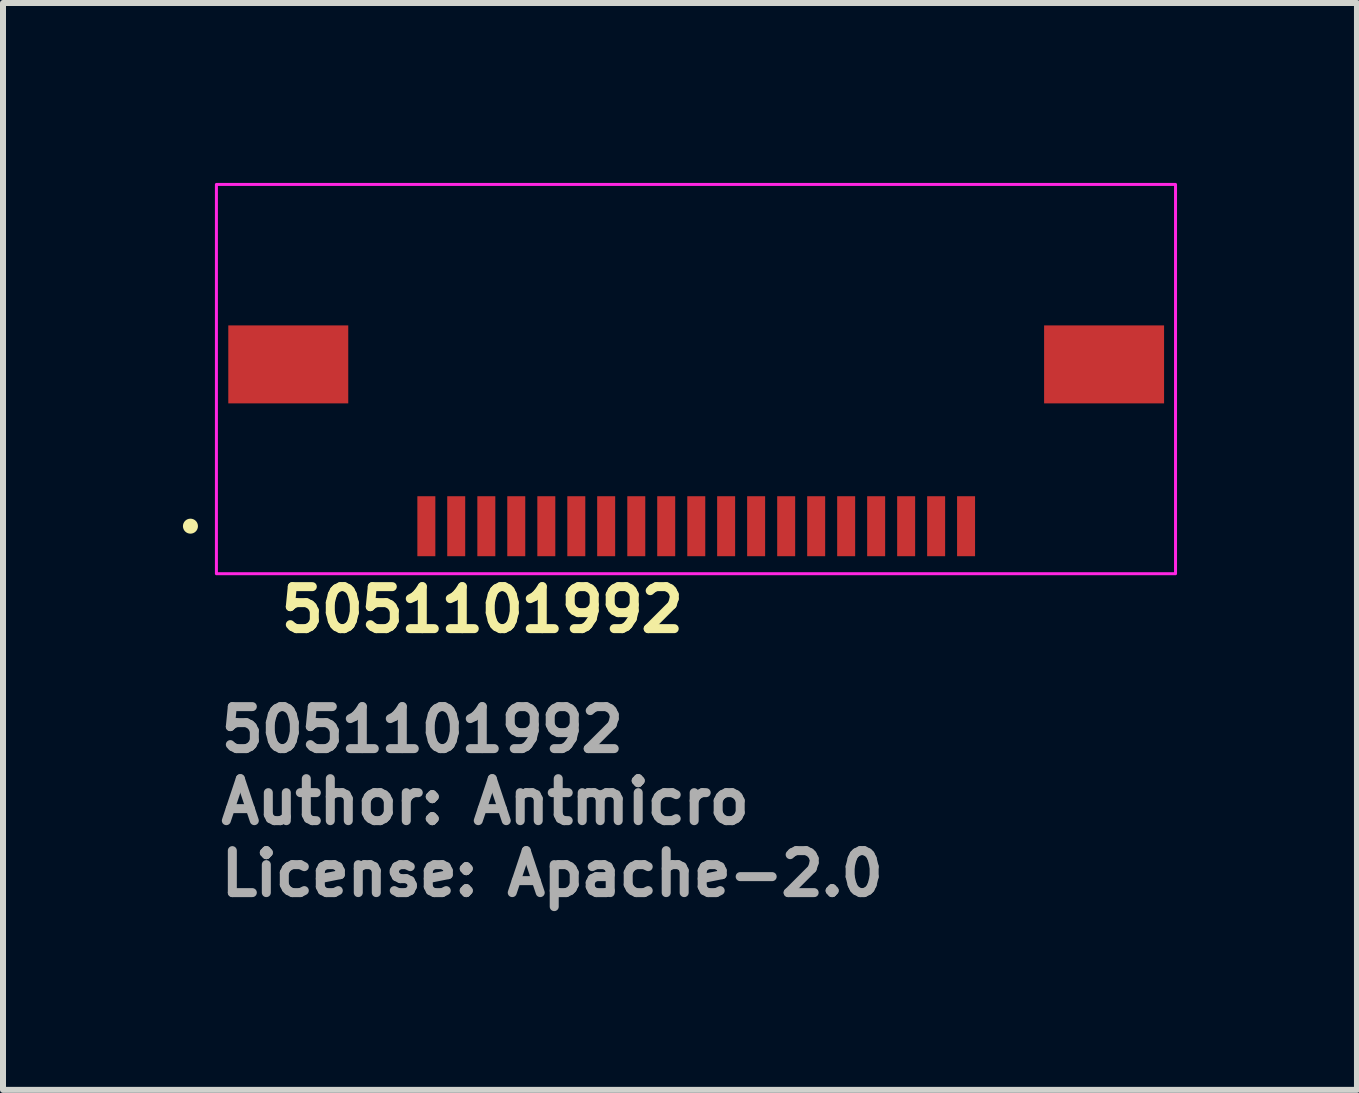
<source format=kicad_pcb>
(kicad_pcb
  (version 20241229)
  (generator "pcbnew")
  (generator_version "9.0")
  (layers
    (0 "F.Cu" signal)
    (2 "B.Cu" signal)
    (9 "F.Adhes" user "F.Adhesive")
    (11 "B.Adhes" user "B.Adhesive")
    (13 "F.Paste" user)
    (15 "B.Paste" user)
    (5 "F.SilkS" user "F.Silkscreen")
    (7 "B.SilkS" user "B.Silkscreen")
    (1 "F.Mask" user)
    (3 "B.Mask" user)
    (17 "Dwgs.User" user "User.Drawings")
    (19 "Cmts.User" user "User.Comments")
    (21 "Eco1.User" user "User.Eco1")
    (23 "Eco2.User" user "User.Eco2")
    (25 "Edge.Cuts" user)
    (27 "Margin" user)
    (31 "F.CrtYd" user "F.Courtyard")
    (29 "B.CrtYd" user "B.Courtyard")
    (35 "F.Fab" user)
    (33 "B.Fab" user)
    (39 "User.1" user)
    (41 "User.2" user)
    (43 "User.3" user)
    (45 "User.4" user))
  (footprint "5051101992"
    (layer "F.Cu")
    (at 8.558 3.525)
    (property "Reference" "5051101992" (at -7 3.999 0) (unlocked yes) (layer "F.SilkS") (effects (font (size 0.7 0.7) (thickness 0.15)) (justify left bottom)))
    (attr smd)
    (fp_circle (center -8.433 2.197) (end -8.383 2.197) (stroke (width 0.15) (type solid)) (fill yes) (layer "F.SilkS"))
    (fp_rect (start -8 -3.5) (end 7.99 2.99) (stroke (width 0.05) (type solid)) (fill no) (layer "F.CrtYd"))
    (fp_rect (start -7.8 -2.801) (end 7.799 2.798) (stroke (width 0.1) (type solid)) (fill no) (layer "User.5"))
    (fp_line (start -7.8 -1.101) (end -7.101 -1.101) (stroke (width 0.02) (type solid)) (layer "User.9"))
    (fp_line (start -7.8 0.199) (end -7.8 -1.101) (stroke (width 0.02) (type solid)) (layer "User.9"))
    (fp_line (start -7.5 -0.817) (end -7.499 -0.822) (stroke (width 0.02) (type solid)) (layer "User.9"))
    (fp_line (start -7.5 -0.812) (end -7.5 -0.817) (stroke (width 0.02) (type solid)) (layer "User.9"))
    (fp_line (start -7.5 -0.807) (end -7.5 -0.812) (stroke (width 0.02) (type solid)) (layer "User.9"))
    (fp_line (start -7.5 -0.802) (end -7.5 -0.807) (stroke (width 0.02) (type solid)) (layer "User.9"))
    (fp_line (start -7.5 -0.101) (end -7.5 -0.802) (stroke (width 0.02) (type solid)) (layer "User.9"))
    (fp_line (start -7.5 -0.095) (end -7.5 -0.101) (stroke (width 0.02) (type solid)) (layer "User.9"))
    (fp_line (start -7.5 -0.09) (end -7.5 -0.095) (stroke (width 0.02) (type solid)) (layer "User.9"))
    (fp_line (start -7.5 -0.086) (end -7.5 -0.09) (stroke (width 0.02) (type solid)) (layer "User.9"))
    (fp_line (start -7.499 -0.822) (end -7.497 -0.826) (stroke (width 0.02) (type solid)) (layer "User.9"))
    (fp_line (start -7.499 -0.08) (end -7.5 -0.086) (stroke (width 0.02) (type solid)) (layer "User.9"))
    (fp_line (start -7.497 -0.831) (end -7.494 -0.835) (stroke (width 0.02) (type solid)) (layer "User.9"))
    (fp_line (start -7.497 -0.826) (end -7.497 -0.831) (stroke (width 0.02) (type solid)) (layer "User.9"))
    (fp_line (start -7.497 -0.076) (end -7.499 -0.08) (stroke (width 0.02) (type solid)) (layer "User.9"))
    (fp_line (start -7.497 -0.072) (end -7.497 -0.076) (stroke (width 0.02) (type solid)) (layer "User.9"))
    (fp_line (start -7.494 -0.839) (end -7.492 -0.844) (stroke (width 0.02) (type solid)) (layer "User.9"))
    (fp_line (start -7.494 -0.835) (end -7.494 -0.839) (stroke (width 0.02) (type solid)) (layer "User.9"))
    (fp_line (start -7.494 -0.067) (end -7.497 -0.072) (stroke (width 0.02) (type solid)) (layer "User.9"))
    (fp_line (start -7.494 -0.062) (end -7.494 -0.067) (stroke (width 0.02) (type solid)) (layer "User.9"))
    (fp_line (start -7.492 -0.844) (end -7.489 -0.848) (stroke (width 0.02) (type solid)) (layer "User.9"))
    (fp_line (start -7.492 -0.058) (end -7.494 -0.062) (stroke (width 0.02) (type solid)) (layer "User.9"))
    (fp_line (start -7.489 -0.848) (end -7.486 -0.852) (stroke (width 0.02) (type solid)) (layer "User.9"))
    (fp_line (start -7.489 -0.053) (end -7.492 -0.058) (stroke (width 0.02) (type solid)) (layer "User.9"))
    (fp_line (start -7.486 -0.852) (end -7.484 -0.856) (stroke (width 0.02) (type solid)) (layer "User.9"))
    (fp_line (start -7.486 -0.05) (end -7.489 -0.053) (stroke (width 0.02) (type solid)) (layer "User.9"))
    (fp_line (start -7.484 -0.856) (end -7.481 -0.86) (stroke (width 0.02) (type solid)) (layer "User.9"))
    (fp_line (start -7.484 -0.045) (end -7.486 -0.05) (stroke (width 0.02) (type solid)) (layer "User.9"))
    (fp_line (start -7.481 -0.86) (end -7.478 -0.864) (stroke (width 0.02) (type solid)) (layer "User.9"))
    (fp_line (start -7.481 -0.042) (end -7.484 -0.045) (stroke (width 0.02) (type solid)) (layer "User.9"))
    (fp_line (start -7.478 -0.864) (end -7.476 -0.868) (stroke (width 0.02) (type solid)) (layer "User.9"))
    (fp_line (start -7.478 -0.037) (end -7.481 -0.042) (stroke (width 0.02) (type solid)) (layer "User.9"))
    (fp_line (start -7.476 -0.868) (end -7.471 -0.871) (stroke (width 0.02) (type solid)) (layer "User.9"))
    (fp_line (start -7.476 -0.034) (end -7.478 -0.037) (stroke (width 0.02) (type solid)) (layer "User.9"))
    (fp_line (start -7.471 -0.871) (end -7.468 -0.875) (stroke (width 0.02) (type solid)) (layer "User.9"))
    (fp_line (start -7.471 -0.03) (end -7.476 -0.034) (stroke (width 0.02) (type solid)) (layer "User.9"))
    (fp_line (start -7.468 -0.875) (end -7.465 -0.878) (stroke (width 0.02) (type solid)) (layer "User.9"))
    (fp_line (start -7.468 -0.027) (end -7.471 -0.03) (stroke (width 0.02) (type solid)) (layer "User.9"))
    (fp_line (start -7.465 -0.878) (end -7.46 -0.881) (stroke (width 0.02) (type solid)) (layer "User.9"))
    (fp_line (start -7.465 -0.023) (end -7.468 -0.027) (stroke (width 0.02) (type solid)) (layer "User.9"))
    (fp_line (start -7.46 -0.881) (end -7.457 -0.883) (stroke (width 0.02) (type solid)) (layer "User.9"))
    (fp_line (start -7.46 -0.02) (end -7.465 -0.023) (stroke (width 0.02) (type solid)) (layer "User.9"))
    (fp_line (start -7.457 -0.883) (end -7.452 -0.886) (stroke (width 0.02) (type solid)) (layer "User.9"))
    (fp_line (start -7.457 -0.019) (end -7.46 -0.02) (stroke (width 0.02) (type solid)) (layer "User.9"))
    (fp_line (start -7.452 -0.886) (end -7.449 -0.888) (stroke (width 0.02) (type solid)) (layer "User.9"))
    (fp_line (start -7.452 -0.015) (end -7.457 -0.019) (stroke (width 0.02) (type solid)) (layer "User.9"))
    (fp_line (start -7.449 -0.888) (end -7.444 -0.891) (stroke (width 0.02) (type solid)) (layer "User.9"))
    (fp_line (start -7.449 -0.014) (end -7.452 -0.015) (stroke (width 0.02) (type solid)) (layer "User.9"))
    (fp_line (start -7.444 -0.891) (end -7.439 -0.893) (stroke (width 0.02) (type solid)) (layer "User.9"))
    (fp_line (start -7.444 -0.01) (end -7.449 -0.014) (stroke (width 0.02) (type solid)) (layer "User.9"))
    (fp_line (start -7.439 -0.893) (end -7.436 -0.894) (stroke (width 0.02) (type solid)) (layer "User.9"))
    (fp_line (start -7.439 -0.008) (end -7.444 -0.01) (stroke (width 0.02) (type solid)) (layer "User.9"))
    (fp_line (start -7.436 -0.894) (end -7.43 -0.896) (stroke (width 0.02) (type solid)) (layer "User.9"))
    (fp_line (start -7.436 -0.007) (end -7.439 -0.008) (stroke (width 0.02) (type solid)) (layer "User.9"))
    (fp_line (start -7.43 -0.896) (end -7.425 -0.898) (stroke (width 0.02) (type solid)) (layer "User.9"))
    (fp_line (start -7.43 -0.005) (end -7.436 -0.007) (stroke (width 0.02) (type solid)) (layer "User.9"))
    (fp_line (start -7.425 -0.898) (end -7.422 -0.899) (stroke (width 0.02) (type solid)) (layer "User.9"))
    (fp_line (start -7.425 -0.004) (end -7.43 -0.005) (stroke (width 0.02) (type solid)) (layer "User.9"))
    (fp_line (start -7.422 -0.899) (end -7.417 -0.9) (stroke (width 0.02) (type solid)) (layer "User.9"))
    (fp_line (start -7.422 -0.003) (end -7.425 -0.004) (stroke (width 0.02) (type solid)) (layer "User.9"))
    (fp_line (start -7.417 -0.9) (end -7.412 -0.901) (stroke (width 0.02) (type solid)) (layer "User.9"))
    (fp_line (start -7.417 -0.002) (end -7.422 -0.003) (stroke (width 0.02) (type solid)) (layer "User.9"))
    (fp_line (start -7.412 -0.901) (end -7.407 -0.901) (stroke (width 0.02) (type solid)) (layer "User.9"))
    (fp_line (start -7.412 -0.001) (end -7.417 -0.002) (stroke (width 0.02) (type solid)) (layer "User.9"))
    (fp_line (start -7.407 -0.901) (end -7.401 -0.902) (stroke (width 0.02) (type solid)) (layer "User.9"))
    (fp_line (start -7.407 -0.001) (end -7.412 -0.001) (stroke (width 0.02) (type solid)) (layer "User.9"))
    (fp_line (start -7.401 -0.902) (end -7.101 -0.902) (stroke (width 0.02) (type solid)) (layer "User.9"))
    (fp_line (start -7.401 0) (end -7.407 -0.001) (stroke (width 0.02) (type solid)) (layer "User.9"))
    (fp_line (start -7.101 0) (end -7.401 0) (stroke (width 0.02) (type solid)) (layer "User.9"))
    (fp_line (start -7.101 0.199) (end -7.8 0.199) (stroke (width 0.02) (type solid)) (layer "User.9"))
    (fp_line (start -7.101 2.45) (end -7.101 -1.5) (stroke (width 0.02) (type solid)) (layer "User.9"))
    (fp_line (start -6.651 2.45) (end -7.101 2.45) (stroke (width 0.02) (type solid)) (layer "User.9"))
    (fp_line (start -6.651 2.45) (end -6.651 2.1) (stroke (width 0.02) (type solid)) (layer "User.9"))
    (fp_line (start -6.63 -1.5) (end -7.101 -1.5) (stroke (width 0.02) (type solid)) (layer "User.9"))
    (fp_line (start -6.63 -1.5) (end -6.452 -1.5) (stroke (width 0.02) (type solid)) (layer "User.9"))
    (fp_line (start -6.63 0.679) (end -6.63 -1.5) (stroke (width 0.02) (type solid)) (layer "User.9"))
    (fp_line (start -6.452 -1.5) (end -6.3 -1.5) (stroke (width 0.02) (type solid)) (layer "User.9"))
    (fp_line (start -6.452 -1.45) (end -6.449 -1.45) (stroke (width 0.02) (type solid)) (layer "User.9"))
    (fp_line (start -6.452 -0.5) (end -6.449 -0.5) (stroke (width 0.02) (type solid)) (layer "User.9"))
    (fp_line (start -6.452 0.495) (end -5.75 0.495) (stroke (width 0.02) (type solid)) (layer "User.9"))
    (fp_line (start -6.452 0.679) (end -6.452 -1.5) (stroke (width 0.02) (type solid)) (layer "User.9"))
    (fp_line (start -6.449 -1.45) (end -6.38 -1.45) (stroke (width 0.02) (type solid)) (layer "User.9"))
    (fp_line (start -6.449 -0.5) (end -6.38 -0.5) (stroke (width 0.02) (type solid)) (layer "User.9"))
    (fp_line (start -6.38 -0.351) (end -6.452 -0.351) (stroke (width 0.02) (type solid)) (layer "User.9"))
    (fp_line (start -6.38 -0.299) (end -6.38 -1.45) (stroke (width 0.02) (type solid)) (layer "User.9"))
    (fp_line (start -6.38 -0.052) (end -6.38 -0.299) (stroke (width 0.02) (type solid)) (layer "User.9"))
    (fp_line (start -6.38 0) (end -6.452 0) (stroke (width 0.02) (type solid)) (layer "User.9"))
    (fp_line (start -6.38 0.23) (end -6.38 -0.052) (stroke (width 0.02) (type solid)) (layer "User.9"))
    (fp_line (start -6.38 0.242) (end -6.38 0.23) (stroke (width 0.02) (type solid)) (layer "User.9"))
    (fp_line (start -6.311 0.495) (end -6.311 0.242) (stroke (width 0.02) (type solid)) (layer "User.9"))
    (fp_line (start -6.3 -2.65) (end -4.8 -2.65) (stroke (width 0.02) (type solid)) (layer "User.9"))
    (fp_line (start -6.3 -1.45) (end -6.38 -1.45) (stroke (width 0.02) (type solid)) (layer "User.9"))
    (fp_line (start -6.3 -1.45) (end -6.3 -2.65) (stroke (width 0.02) (type solid)) (layer "User.9"))
    (fp_line (start -6.159 0.495) (end -6.159 0.242) (stroke (width 0.02) (type solid)) (layer "User.9"))
    (fp_line (start -5.925 -0.231) (end -5.925 -0.299) (stroke (width 0.02) (type solid)) (layer "User.9"))
    (fp_line (start -5.925 -0.043) (end -5.925 -0.231) (stroke (width 0.02) (type solid)) (layer "User.9"))
    (fp_line (start -5.925 -0.031) (end -5.925 -0.043) (stroke (width 0.02) (type solid)) (layer "User.9"))
    (fp_line (start -5.925 0.23) (end -5.925 -0.031) (stroke (width 0.02) (type solid)) (layer "User.9"))
    (fp_line (start -5.925 0.242) (end -6.38 0.242) (stroke (width 0.02) (type solid)) (layer "User.9"))
    (fp_line (start -5.925 0.242) (end -5.925 0.23) (stroke (width 0.02) (type solid)) (layer "User.9"))
    (fp_line (start -5.75 0.045) (end -5.75 0.045) (stroke (width 0.02) (type solid)) (layer "User.9"))
    (fp_line (start -5.75 0.045) (end -5.75 0.495) (stroke (width 0.02) (type solid)) (layer "User.9"))
    (fp_line (start -5.175 0.045) (end -5.75 0.045) (stroke (width 0.02) (type solid)) (layer "User.9"))
    (fp_line (start -5.175 0.045) (end -5.031 0.045) (stroke (width 0.02) (type solid)) (layer "User.9"))
    (fp_line (start -5.031 0.045) (end -5.031 0.045) (stroke (width 0.02) (type solid)) (layer "User.9"))
    (fp_line (start -5.031 0.19) (end -5.175 0.045) (stroke (width 0.02) (type solid)) (layer "User.9"))
    (fp_line (start -5.031 0.19) (end -5.031 0.495) (stroke (width 0.02) (type solid)) (layer "User.9"))
    (fp_line (start -5.031 0.495) (end -5.75 0.495) (stroke (width 0.02) (type solid)) (layer "User.9"))
    (fp_line (start -5.031 0.495) (end -5.031 0.576) (stroke (width 0.02) (type solid)) (layer "User.9"))
    (fp_line (start -4.952 -0.091) (end -4.952 -0.231) (stroke (width 0.02) (type solid)) (layer "User.9"))
    (fp_line (start -4.952 -0.043) (end -4.952 -0.091) (stroke (width 0.02) (type solid)) (layer "User.9"))
    (fp_line (start -4.952 0.045) (end -5.925 0.045) (stroke (width 0.02) (type solid)) (layer "User.9"))
    (fp_line (start -4.952 0.149) (end -4.952 0.045) (stroke (width 0.02) (type solid)) (layer "User.9"))
    (fp_line (start -4.8 -2.801) (end -4.8 -2.65) (stroke (width 0.02) (type solid)) (layer "User.9"))
    (fp_line (start -4.8 -2.801) (end 4.799 -2.801) (stroke (width 0.02) (type solid)) (layer "User.9"))
    (fp_line (start -4.651 2.798) (end -4.651 2.1) (stroke (width 0.02) (type solid)) (layer "User.9"))
    (fp_line (start -4.63 -0.091) (end -4.952 -0.091) (stroke (width 0.02) (type solid)) (layer "User.9"))
    (fp_line (start -4.63 -0.091) (end -4.63 -0.62) (stroke (width 0.02) (type solid)) (layer "User.9"))
    (fp_line (start -4.63 -0.091) (end -4.63 0.002) (stroke (width 0.02) (type solid)) (layer "User.9"))
    (fp_line (start -4.577 0.002) (end -4.63 0.002) (stroke (width 0.02) (type solid)) (layer "User.9"))
    (fp_line (start -4.577 0.149) (end -4.952 0.149) (stroke (width 0.02) (type solid)) (layer "User.9"))
    (fp_line (start -4.577 0.199) (end -5.031 0.199) (stroke (width 0.02) (type solid)) (layer "User.9"))
    (fp_line (start -4.577 0.57) (end -5.031 0.57) (stroke (width 0.02) (type solid)) (layer "User.9"))
    (fp_line (start -4.577 0.673) (end -4.577 -0.407) (stroke (width 0.02) (type solid)) (layer "User.9"))
    (fp_line (start -4.577 2.35) (end -4.577 2.1) (stroke (width 0.02) (type solid)) (layer "User.9"))
    (fp_line (start -4.577 2.499) (end -4.577 2.35) (stroke (width 0.02) (type solid)) (layer "User.9"))
    (fp_line (start -4.425 -0.407) (end -4.577 -0.407) (stroke (width 0.02) (type solid)) (layer "User.9"))
    (fp_line (start -4.425 0.673) (end -4.577 0.673) (stroke (width 0.02) (type solid)) (layer "User.9"))
    (fp_line (start -4.425 0.673) (end -4.425 -0.407) (stroke (width 0.02) (type solid)) (layer "User.9"))
    (fp_line (start -4.425 2.35) (end -4.577 2.35) (stroke (width 0.02) (type solid)) (layer "User.9"))
    (fp_line (start -4.425 2.35) (end -4.425 2.1) (stroke (width 0.02) (type solid)) (layer "User.9"))
    (fp_line (start -4.425 2.499) (end -4.577 2.499) (stroke (width 0.02) (type solid)) (layer "User.9"))
    (fp_line (start -4.425 2.499) (end -4.425 2.35) (stroke (width 0.02) (type solid)) (layer "User.9"))
    (fp_line (start -4.372 -0.62) (end -4.63 -0.62) (stroke (width 0.02) (type solid)) (layer "User.9"))
    (fp_line (start -4.372 -0.572) (end -4.63 -0.572) (stroke (width 0.02) (type solid)) (layer "User.9"))
    (fp_line (start -4.372 -0.091) (end -4.372 -0.62) (stroke (width 0.02) (type solid)) (layer "User.9"))
    (fp_line (start -4.372 -0.091) (end -4.372 0.002) (stroke (width 0.02) (type solid)) (layer "User.9"))
    (fp_line (start -4.372 0.002) (end -4.425 0.002) (stroke (width 0.02) (type solid)) (layer "User.9"))
    (fp_line (start -4.351 2.1) (end -4.351 2.798) (stroke (width 0.02) (type solid)) (layer "User.9"))
    (fp_line (start -4.351 2.798) (end -4.651 2.798) (stroke (width 0.02) (type solid)) (layer "User.9"))
    (fp_line (start -4.151 2.798) (end -4.151 2.1) (stroke (width 0.02) (type solid)) (layer "User.9"))
    (fp_line (start -4.13 -0.091) (end -4.372 -0.091) (stroke (width 0.02) (type solid)) (layer "User.9"))
    (fp_line (start -4.13 -0.091) (end -4.13 -0.62) (stroke (width 0.02) (type solid)) (layer "User.9"))
    (fp_line (start -4.13 -0.091) (end -4.13 0.002) (stroke (width 0.02) (type solid)) (layer "User.9"))
    (fp_line (start -4.077 0.002) (end -4.13 0.002) (stroke (width 0.02) (type solid)) (layer "User.9"))
    (fp_line (start -4.077 0.149) (end -4.425 0.149) (stroke (width 0.02) (type solid)) (layer "User.9"))
    (fp_line (start -4.077 0.199) (end -4.425 0.199) (stroke (width 0.02) (type solid)) (layer "User.9"))
    (fp_line (start -4.077 0.57) (end -4.425 0.57) (stroke (width 0.02) (type solid)) (layer "User.9"))
    (fp_line (start -4.077 0.673) (end -4.077 -0.407) (stroke (width 0.02) (type solid)) (layer "User.9"))
    (fp_line (start -4.077 2.35) (end -4.077 2.1) (stroke (width 0.02) (type solid)) (layer "User.9"))
    (fp_line (start -4.077 2.499) (end -4.077 2.35) (stroke (width 0.02) (type solid)) (layer "User.9"))
    (fp_line (start -3.926 -0.407) (end -4.077 -0.407) (stroke (width 0.02) (type solid)) (layer "User.9"))
    (fp_line (start -3.926 0.673) (end -4.077 0.673) (stroke (width 0.02) (type solid)) (layer "User.9"))
    (fp_line (start -3.926 0.673) (end -3.926 -0.407) (stroke (width 0.02) (type solid)) (layer "User.9"))
    (fp_line (start -3.926 2.35) (end -4.077 2.35) (stroke (width 0.02) (type solid)) (layer "User.9"))
    (fp_line (start -3.926 2.35) (end -3.926 2.1) (stroke (width 0.02) (type solid)) (layer "User.9"))
    (fp_line (start -3.926 2.499) (end -4.077 2.499) (stroke (width 0.02) (type solid)) (layer "User.9"))
    (fp_line (start -3.926 2.499) (end -3.926 2.35) (stroke (width 0.02) (type solid)) (layer "User.9"))
    (fp_line (start -3.871 -0.62) (end -4.13 -0.62) (stroke (width 0.02) (type solid)) (layer "User.9"))
    (fp_line (start -3.871 -0.572) (end -4.13 -0.572) (stroke (width 0.02) (type solid)) (layer "User.9"))
    (fp_line (start -3.871 -0.091) (end -3.871 -0.62) (stroke (width 0.02) (type solid)) (layer "User.9"))
    (fp_line (start -3.871 -0.091) (end -3.871 0.002) (stroke (width 0.02) (type solid)) (layer "User.9"))
    (fp_line (start -3.871 0.002) (end -3.926 0.002) (stroke (width 0.02) (type solid)) (layer "User.9"))
    (fp_line (start -3.851 2.1) (end -3.851 2.798) (stroke (width 0.02) (type solid)) (layer "User.9"))
    (fp_line (start -3.851 2.798) (end -4.151 2.798) (stroke (width 0.02) (type solid)) (layer "User.9"))
    (fp_line (start -3.65 2.798) (end -3.65 2.1) (stroke (width 0.02) (type solid)) (layer "User.9"))
    (fp_line (start -3.63 -0.091) (end -3.871 -0.091) (stroke (width 0.02) (type solid)) (layer "User.9"))
    (fp_line (start -3.63 -0.091) (end -3.63 -0.62) (stroke (width 0.02) (type solid)) (layer "User.9"))
    (fp_line (start -3.63 -0.091) (end -3.63 0.002) (stroke (width 0.02) (type solid)) (layer "User.9"))
    (fp_line (start -3.576 0.002) (end -3.63 0.002) (stroke (width 0.02) (type solid)) (layer "User.9"))
    (fp_line (start -3.576 0.149) (end -3.926 0.149) (stroke (width 0.02) (type solid)) (layer "User.9"))
    (fp_line (start -3.576 0.199) (end -3.926 0.199) (stroke (width 0.02) (type solid)) (layer "User.9"))
    (fp_line (start -3.576 0.57) (end -3.926 0.57) (stroke (width 0.02) (type solid)) (layer "User.9"))
    (fp_line (start -3.576 0.673) (end -3.576 -0.407) (stroke (width 0.02) (type solid)) (layer "User.9"))
    (fp_line (start -3.576 2.35) (end -3.576 2.1) (stroke (width 0.02) (type solid)) (layer "User.9"))
    (fp_line (start -3.576 2.499) (end -3.576 2.35) (stroke (width 0.02) (type solid)) (layer "User.9"))
    (fp_line (start -3.426 -0.407) (end -3.576 -0.407) (stroke (width 0.02) (type solid)) (layer "User.9"))
    (fp_line (start -3.426 0.673) (end -3.576 0.673) (stroke (width 0.02) (type solid)) (layer "User.9"))
    (fp_line (start -3.426 0.673) (end -3.426 -0.407) (stroke (width 0.02) (type solid)) (layer "User.9"))
    (fp_line (start -3.426 2.35) (end -3.576 2.35) (stroke (width 0.02) (type solid)) (layer "User.9"))
    (fp_line (start -3.426 2.35) (end -3.426 2.1) (stroke (width 0.02) (type solid)) (layer "User.9"))
    (fp_line (start -3.426 2.499) (end -3.576 2.499) (stroke (width 0.02) (type solid)) (layer "User.9"))
    (fp_line (start -3.426 2.499) (end -3.426 2.35) (stroke (width 0.02) (type solid)) (layer "User.9"))
    (fp_line (start -3.371 -0.62) (end -3.63 -0.62) (stroke (width 0.02) (type solid)) (layer "User.9"))
    (fp_line (start -3.371 -0.572) (end -3.63 -0.572) (stroke (width 0.02) (type solid)) (layer "User.9"))
    (fp_line (start -3.371 -0.091) (end -3.371 -0.62) (stroke (width 0.02) (type solid)) (layer "User.9"))
    (fp_line (start -3.371 -0.091) (end -3.371 0.002) (stroke (width 0.02) (type solid)) (layer "User.9"))
    (fp_line (start -3.371 0.002) (end -3.426 0.002) (stroke (width 0.02) (type solid)) (layer "User.9"))
    (fp_line (start -3.351 2.1) (end -3.351 2.798) (stroke (width 0.02) (type solid)) (layer "User.9"))
    (fp_line (start -3.351 2.798) (end -3.65 2.798) (stroke (width 0.02) (type solid)) (layer "User.9"))
    (fp_line (start -3.15 2.798) (end -3.15 2.1) (stroke (width 0.02) (type solid)) (layer "User.9"))
    (fp_line (start -3.13 -0.091) (end -3.371 -0.091) (stroke (width 0.02) (type solid)) (layer "User.9"))
    (fp_line (start -3.13 -0.091) (end -3.13 -0.62) (stroke (width 0.02) (type solid)) (layer "User.9"))
    (fp_line (start -3.13 -0.091) (end -3.13 0.002) (stroke (width 0.02) (type solid)) (layer "User.9"))
    (fp_line (start -3.077 0.002) (end -3.13 0.002) (stroke (width 0.02) (type solid)) (layer "User.9"))
    (fp_line (start -3.077 0.149) (end -3.426 0.149) (stroke (width 0.02) (type solid)) (layer "User.9"))
    (fp_line (start -3.077 0.199) (end -3.426 0.199) (stroke (width 0.02) (type solid)) (layer "User.9"))
    (fp_line (start -3.077 0.57) (end -3.426 0.57) (stroke (width 0.02) (type solid)) (layer "User.9"))
    (fp_line (start -3.077 0.673) (end -3.077 -0.407) (stroke (width 0.02) (type solid)) (layer "User.9"))
    (fp_line (start -3.077 2.35) (end -3.077 2.1) (stroke (width 0.02) (type solid)) (layer "User.9"))
    (fp_line (start -3.077 2.499) (end -3.077 2.35) (stroke (width 0.02) (type solid)) (layer "User.9"))
    (fp_line (start -2.926 -0.407) (end -3.077 -0.407) (stroke (width 0.02) (type solid)) (layer "User.9"))
    (fp_line (start -2.926 0.673) (end -3.077 0.673) (stroke (width 0.02) (type solid)) (layer "User.9"))
    (fp_line (start -2.926 0.673) (end -2.926 -0.407) (stroke (width 0.02) (type solid)) (layer "User.9"))
    (fp_line (start -2.926 2.35) (end -3.077 2.35) (stroke (width 0.02) (type solid)) (layer "User.9"))
    (fp_line (start -2.926 2.35) (end -2.926 2.1) (stroke (width 0.02) (type solid)) (layer "User.9"))
    (fp_line (start -2.926 2.499) (end -3.077 2.499) (stroke (width 0.02) (type solid)) (layer "User.9"))
    (fp_line (start -2.926 2.499) (end -2.926 2.35) (stroke (width 0.02) (type solid)) (layer "User.9"))
    (fp_line (start -2.871 -0.62) (end -3.13 -0.62) (stroke (width 0.02) (type solid)) (layer "User.9"))
    (fp_line (start -2.871 -0.572) (end -3.13 -0.572) (stroke (width 0.02) (type solid)) (layer "User.9"))
    (fp_line (start -2.871 -0.091) (end -2.871 -0.62) (stroke (width 0.02) (type solid)) (layer "User.9"))
    (fp_line (start -2.871 -0.091) (end -2.871 0.002) (stroke (width 0.02) (type solid)) (layer "User.9"))
    (fp_line (start -2.871 0.002) (end -2.926 0.002) (stroke (width 0.02) (type solid)) (layer "User.9"))
    (fp_line (start -2.851 2.1) (end -2.851 2.798) (stroke (width 0.02) (type solid)) (layer "User.9"))
    (fp_line (start -2.851 2.798) (end -3.15 2.798) (stroke (width 0.02) (type solid)) (layer "User.9"))
    (fp_line (start -2.65 2.798) (end -2.65 2.1) (stroke (width 0.02) (type solid)) (layer "User.9"))
    (fp_line (start -2.63 -0.091) (end -2.871 -0.091) (stroke (width 0.02) (type solid)) (layer "User.9"))
    (fp_line (start -2.63 -0.091) (end -2.63 -0.62) (stroke (width 0.02) (type solid)) (layer "User.9"))
    (fp_line (start -2.63 -0.091) (end -2.63 0.002) (stroke (width 0.02) (type solid)) (layer "User.9"))
    (fp_line (start -2.577 0.002) (end -2.63 0.002) (stroke (width 0.02) (type solid)) (layer "User.9"))
    (fp_line (start -2.577 0.149) (end -2.926 0.149) (stroke (width 0.02) (type solid)) (layer "User.9"))
    (fp_line (start -2.577 0.199) (end -2.926 0.199) (stroke (width 0.02) (type solid)) (layer "User.9"))
    (fp_line (start -2.577 0.57) (end -2.926 0.57) (stroke (width 0.02) (type solid)) (layer "User.9"))
    (fp_line (start -2.577 0.673) (end -2.577 -0.407) (stroke (width 0.02) (type solid)) (layer "User.9"))
    (fp_line (start -2.577 2.35) (end -2.577 2.1) (stroke (width 0.02) (type solid)) (layer "User.9"))
    (fp_line (start -2.577 2.499) (end -2.577 2.35) (stroke (width 0.02) (type solid)) (layer "User.9"))
    (fp_line (start -2.426 -0.407) (end -2.577 -0.407) (stroke (width 0.02) (type solid)) (layer "User.9"))
    (fp_line (start -2.426 0.673) (end -2.577 0.673) (stroke (width 0.02) (type solid)) (layer "User.9"))
    (fp_line (start -2.426 0.673) (end -2.426 -0.407) (stroke (width 0.02) (type solid)) (layer "User.9"))
    (fp_line (start -2.426 2.35) (end -2.577 2.35) (stroke (width 0.02) (type solid)) (layer "User.9"))
    (fp_line (start -2.426 2.35) (end -2.426 2.1) (stroke (width 0.02) (type solid)) (layer "User.9"))
    (fp_line (start -2.426 2.499) (end -2.577 2.499) (stroke (width 0.02) (type solid)) (layer "User.9"))
    (fp_line (start -2.426 2.499) (end -2.426 2.35) (stroke (width 0.02) (type solid)) (layer "User.9"))
    (fp_line (start -2.371 -0.62) (end -2.63 -0.62) (stroke (width 0.02) (type solid)) (layer "User.9"))
    (fp_line (start -2.371 -0.572) (end -2.63 -0.572) (stroke (width 0.02) (type solid)) (layer "User.9"))
    (fp_line (start -2.371 -0.091) (end -2.371 -0.62) (stroke (width 0.02) (type solid)) (layer "User.9"))
    (fp_line (start -2.371 -0.091) (end -2.371 0.002) (stroke (width 0.02) (type solid)) (layer "User.9"))
    (fp_line (start -2.371 0.002) (end -2.426 0.002) (stroke (width 0.02) (type solid)) (layer "User.9"))
    (fp_line (start -2.351 2.1) (end -2.351 2.798) (stroke (width 0.02) (type solid)) (layer "User.9"))
    (fp_line (start -2.351 2.798) (end -2.65 2.798) (stroke (width 0.02) (type solid)) (layer "User.9"))
    (fp_line (start -2.15 2.798) (end -2.15 2.1) (stroke (width 0.02) (type solid)) (layer "User.9"))
    (fp_line (start -2.13 -0.091) (end -2.371 -0.091) (stroke (width 0.02) (type solid)) (layer "User.9"))
    (fp_line (start -2.13 -0.091) (end -2.13 -0.62) (stroke (width 0.02) (type solid)) (layer "User.9"))
    (fp_line (start -2.13 -0.091) (end -2.13 0.002) (stroke (width 0.02) (type solid)) (layer "User.9"))
    (fp_line (start -2.077 0.002) (end -2.13 0.002) (stroke (width 0.02) (type solid)) (layer "User.9"))
    (fp_line (start -2.077 0.149) (end -2.426 0.149) (stroke (width 0.02) (type solid)) (layer "User.9"))
    (fp_line (start -2.077 0.199) (end -2.426 0.199) (stroke (width 0.02) (type solid)) (layer "User.9"))
    (fp_line (start -2.077 0.57) (end -2.426 0.57) (stroke (width 0.02) (type solid)) (layer "User.9"))
    (fp_line (start -2.077 0.673) (end -2.077 -0.407) (stroke (width 0.02) (type solid)) (layer "User.9"))
    (fp_line (start -2.077 2.35) (end -2.077 2.1) (stroke (width 0.02) (type solid)) (layer "User.9"))
    (fp_line (start -2.077 2.499) (end -2.077 2.35) (stroke (width 0.02) (type solid)) (layer "User.9"))
    (fp_line (start -1.926 -0.407) (end -2.077 -0.407) (stroke (width 0.02) (type solid)) (layer "User.9"))
    (fp_line (start -1.926 0.673) (end -2.077 0.673) (stroke (width 0.02) (type solid)) (layer "User.9"))
    (fp_line (start -1.926 0.673) (end -1.926 -0.407) (stroke (width 0.02) (type solid)) (layer "User.9"))
    (fp_line (start -1.926 2.35) (end -2.077 2.35) (stroke (width 0.02) (type solid)) (layer "User.9"))
    (fp_line (start -1.926 2.35) (end -1.926 2.1) (stroke (width 0.02) (type solid)) (layer "User.9"))
    (fp_line (start -1.926 2.499) (end -2.077 2.499) (stroke (width 0.02) (type solid)) (layer "User.9"))
    (fp_line (start -1.926 2.499) (end -1.926 2.35) (stroke (width 0.02) (type solid)) (layer "User.9"))
    (fp_line (start -1.871 -0.62) (end -2.13 -0.62) (stroke (width 0.02) (type solid)) (layer "User.9"))
    (fp_line (start -1.871 -0.572) (end -2.13 -0.572) (stroke (width 0.02) (type solid)) (layer "User.9"))
    (fp_line (start -1.871 -0.091) (end -1.871 -0.62) (stroke (width 0.02) (type solid)) (layer "User.9"))
    (fp_line (start -1.871 -0.091) (end -1.871 0.002) (stroke (width 0.02) (type solid)) (layer "User.9"))
    (fp_line (start -1.871 0.002) (end -1.926 0.002) (stroke (width 0.02) (type solid)) (layer "User.9"))
    (fp_line (start -1.851 2.1) (end -1.851 2.798) (stroke (width 0.02) (type solid)) (layer "User.9"))
    (fp_line (start -1.851 2.798) (end -2.15 2.798) (stroke (width 0.02) (type solid)) (layer "User.9"))
    (fp_line (start -1.651 2.798) (end -1.651 2.1) (stroke (width 0.02) (type solid)) (layer "User.9"))
    (fp_line (start -1.631 -0.091) (end -1.871 -0.091) (stroke (width 0.02) (type solid)) (layer "User.9"))
    (fp_line (start -1.631 -0.091) (end -1.631 -0.62) (stroke (width 0.02) (type solid)) (layer "User.9"))
    (fp_line (start -1.631 -0.091) (end -1.631 0.002) (stroke (width 0.02) (type solid)) (layer "User.9"))
    (fp_line (start -1.575 0.002) (end -1.631 0.002) (stroke (width 0.02) (type solid)) (layer "User.9"))
    (fp_line (start -1.575 0.149) (end -1.926 0.149) (stroke (width 0.02) (type solid)) (layer "User.9"))
    (fp_line (start -1.575 0.199) (end -1.926 0.199) (stroke (width 0.02) (type solid)) (layer "User.9"))
    (fp_line (start -1.575 0.57) (end -1.926 0.57) (stroke (width 0.02) (type solid)) (layer "User.9"))
    (fp_line (start -1.575 0.673) (end -1.575 -0.407) (stroke (width 0.02) (type solid)) (layer "User.9"))
    (fp_line (start -1.575 2.35) (end -1.575 2.1) (stroke (width 0.02) (type solid)) (layer "User.9"))
    (fp_line (start -1.575 2.499) (end -1.575 2.35) (stroke (width 0.02) (type solid)) (layer "User.9"))
    (fp_line (start -1.426 -0.407) (end -1.575 -0.407) (stroke (width 0.02) (type solid)) (layer "User.9"))
    (fp_line (start -1.426 0.673) (end -1.575 0.673) (stroke (width 0.02) (type solid)) (layer "User.9"))
    (fp_line (start -1.426 0.673) (end -1.426 -0.407) (stroke (width 0.02) (type solid)) (layer "User.9"))
    (fp_line (start -1.426 2.35) (end -1.575 2.35) (stroke (width 0.02) (type solid)) (layer "User.9"))
    (fp_line (start -1.426 2.35) (end -1.426 2.1) (stroke (width 0.02) (type solid)) (layer "User.9"))
    (fp_line (start -1.426 2.499) (end -1.575 2.499) (stroke (width 0.02) (type solid)) (layer "User.9"))
    (fp_line (start -1.426 2.499) (end -1.426 2.35) (stroke (width 0.02) (type solid)) (layer "User.9"))
    (fp_line (start -1.371 -0.62) (end -1.631 -0.62) (stroke (width 0.02) (type solid)) (layer "User.9"))
    (fp_line (start -1.371 -0.572) (end -1.631 -0.572) (stroke (width 0.02) (type solid)) (layer "User.9"))
    (fp_line (start -1.371 -0.091) (end -1.371 -0.62) (stroke (width 0.02) (type solid)) (layer "User.9"))
    (fp_line (start -1.371 -0.091) (end -1.371 0.002) (stroke (width 0.02) (type solid)) (layer "User.9"))
    (fp_line (start -1.371 0.002) (end -1.426 0.002) (stroke (width 0.02) (type solid)) (layer "User.9"))
    (fp_line (start -1.351 2.1) (end -1.351 2.798) (stroke (width 0.02) (type solid)) (layer "User.9"))
    (fp_line (start -1.351 2.798) (end -1.651 2.798) (stroke (width 0.02) (type solid)) (layer "User.9"))
    (fp_line (start -1.151 2.798) (end -1.151 2.1) (stroke (width 0.02) (type solid)) (layer "User.9"))
    (fp_line (start -1.131 -0.091) (end -1.371 -0.091) (stroke (width 0.02) (type solid)) (layer "User.9"))
    (fp_line (start -1.131 -0.091) (end -1.131 -0.62) (stroke (width 0.02) (type solid)) (layer "User.9"))
    (fp_line (start -1.131 -0.091) (end -1.131 0.002) (stroke (width 0.02) (type solid)) (layer "User.9"))
    (fp_line (start -1.075 0.002) (end -1.131 0.002) (stroke (width 0.02) (type solid)) (layer "User.9"))
    (fp_line (start -1.075 0.149) (end -1.426 0.149) (stroke (width 0.02) (type solid)) (layer "User.9"))
    (fp_line (start -1.075 0.199) (end -1.426 0.199) (stroke (width 0.02) (type solid)) (layer "User.9"))
    (fp_line (start -1.075 0.57) (end -1.426 0.57) (stroke (width 0.02) (type solid)) (layer "User.9"))
    (fp_line (start -1.075 0.673) (end -1.075 -0.407) (stroke (width 0.02) (type solid)) (layer "User.9"))
    (fp_line (start -1.075 2.35) (end -1.075 2.1) (stroke (width 0.02) (type solid)) (layer "User.9"))
    (fp_line (start -1.075 2.499) (end -1.075 2.35) (stroke (width 0.02) (type solid)) (layer "User.9"))
    (fp_line (start -0.927 -0.407) (end -1.075 -0.407) (stroke (width 0.02) (type solid)) (layer "User.9"))
    (fp_line (start -0.927 0.673) (end -1.075 0.673) (stroke (width 0.02) (type solid)) (layer "User.9"))
    (fp_line (start -0.927 0.673) (end -0.927 -0.407) (stroke (width 0.02) (type solid)) (layer "User.9"))
    (fp_line (start -0.927 2.35) (end -1.075 2.35) (stroke (width 0.02) (type solid)) (layer "User.9"))
    (fp_line (start -0.927 2.35) (end -0.927 2.1) (stroke (width 0.02) (type solid)) (layer "User.9"))
    (fp_line (start -0.927 2.499) (end -1.075 2.499) (stroke (width 0.02) (type solid)) (layer "User.9"))
    (fp_line (start -0.927 2.499) (end -0.927 2.35) (stroke (width 0.02) (type solid)) (layer "User.9"))
    (fp_line (start -0.87 -0.62) (end -1.131 -0.62) (stroke (width 0.02) (type solid)) (layer "User.9"))
    (fp_line (start -0.87 -0.572) (end -1.131 -0.572) (stroke (width 0.02) (type solid)) (layer "User.9"))
    (fp_line (start -0.87 -0.091) (end -0.87 -0.62) (stroke (width 0.02) (type solid)) (layer "User.9"))
    (fp_line (start -0.87 -0.091) (end -0.87 0.002) (stroke (width 0.02) (type solid)) (layer "User.9"))
    (fp_line (start -0.87 0.002) (end -0.927 0.002) (stroke (width 0.02) (type solid)) (layer "User.9"))
    (fp_line (start -0.85 2.1) (end -0.85 2.798) (stroke (width 0.02) (type solid)) (layer "User.9"))
    (fp_line (start -0.85 2.798) (end -1.151 2.798) (stroke (width 0.02) (type solid)) (layer "User.9"))
    (fp_line (start -0.652 2.798) (end -0.652 2.1) (stroke (width 0.02) (type solid)) (layer "User.9"))
    (fp_line (start -0.63 -0.091) (end -0.87 -0.091) (stroke (width 0.02) (type solid)) (layer "User.9"))
    (fp_line (start -0.63 -0.091) (end -0.63 -0.62) (stroke (width 0.02) (type solid)) (layer "User.9"))
    (fp_line (start -0.63 -0.091) (end -0.63 0.002) (stroke (width 0.02) (type solid)) (layer "User.9"))
    (fp_line (start -0.576 0.002) (end -0.63 0.002) (stroke (width 0.02) (type solid)) (layer "User.9"))
    (fp_line (start -0.576 0.149) (end -0.927 0.149) (stroke (width 0.02) (type solid)) (layer "User.9"))
    (fp_line (start -0.576 0.199) (end -0.927 0.199) (stroke (width 0.02) (type solid)) (layer "User.9"))
    (fp_line (start -0.576 0.57) (end -0.927 0.57) (stroke (width 0.02) (type solid)) (layer "User.9"))
    (fp_line (start -0.576 0.673) (end -0.576 -0.407) (stroke (width 0.02) (type solid)) (layer "User.9"))
    (fp_line (start -0.576 2.35) (end -0.576 2.1) (stroke (width 0.02) (type solid)) (layer "User.9"))
    (fp_line (start -0.576 2.499) (end -0.576 2.35) (stroke (width 0.02) (type solid)) (layer "User.9"))
    (fp_line (start -0.425 -0.407) (end -0.576 -0.407) (stroke (width 0.02) (type solid)) (layer "User.9"))
    (fp_line (start -0.425 0.673) (end -0.576 0.673) (stroke (width 0.02) (type solid)) (layer "User.9"))
    (fp_line (start -0.425 0.673) (end -0.425 -0.407) (stroke (width 0.02) (type solid)) (layer "User.9"))
    (fp_line (start -0.425 2.35) (end -0.576 2.35) (stroke (width 0.02) (type solid)) (layer "User.9"))
    (fp_line (start -0.425 2.35) (end -0.425 2.1) (stroke (width 0.02) (type solid)) (layer "User.9"))
    (fp_line (start -0.425 2.499) (end -0.576 2.499) (stroke (width 0.02) (type solid)) (layer "User.9"))
    (fp_line (start -0.425 2.499) (end -0.425 2.35) (stroke (width 0.02) (type solid)) (layer "User.9"))
    (fp_line (start -0.37 -0.62) (end -0.63 -0.62) (stroke (width 0.02) (type solid)) (layer "User.9"))
    (fp_line (start -0.37 -0.572) (end -0.63 -0.572) (stroke (width 0.02) (type solid)) (layer "User.9"))
    (fp_line (start -0.37 -0.091) (end -0.37 -0.62) (stroke (width 0.02) (type solid)) (layer "User.9"))
    (fp_line (start -0.37 -0.091) (end -0.37 0.002) (stroke (width 0.02) (type solid)) (layer "User.9"))
    (fp_line (start -0.37 0.002) (end -0.425 0.002) (stroke (width 0.02) (type solid)) (layer "User.9"))
    (fp_line (start -0.351 2.1) (end -0.351 2.798) (stroke (width 0.02) (type solid)) (layer "User.9"))
    (fp_line (start -0.351 2.798) (end -0.652 2.798) (stroke (width 0.02) (type solid)) (layer "User.9"))
    (fp_line (start -0.15 2.798) (end -0.15 2.1) (stroke (width 0.02) (type solid)) (layer "User.9"))
    (fp_line (start -0.132 -0.091) (end -0.37 -0.091) (stroke (width 0.02) (type solid)) (layer "User.9"))
    (fp_line (start -0.132 -0.091) (end -0.132 -0.62) (stroke (width 0.02) (type solid)) (layer "User.9"))
    (fp_line (start -0.132 -0.091) (end -0.132 0.002) (stroke (width 0.02) (type solid)) (layer "User.9"))
    (fp_line (start -0.075 0.002) (end -0.132 0.002) (stroke (width 0.02) (type solid)) (layer "User.9"))
    (fp_line (start -0.075 0.149) (end -0.425 0.149) (stroke (width 0.02) (type solid)) (layer "User.9"))
    (fp_line (start -0.075 0.199) (end -0.425 0.199) (stroke (width 0.02) (type solid)) (layer "User.9"))
    (fp_line (start -0.075 0.57) (end -0.425 0.57) (stroke (width 0.02) (type solid)) (layer "User.9"))
    (fp_line (start -0.075 0.673) (end -0.075 -0.407) (stroke (width 0.02) (type solid)) (layer "User.9"))
    (fp_line (start -0.075 2.35) (end -0.075 2.1) (stroke (width 0.02) (type solid)) (layer "User.9"))
    (fp_line (start -0.075 2.499) (end -0.075 2.35) (stroke (width 0.02) (type solid)) (layer "User.9"))
    (fp_line (start 0.073 -0.407) (end -0.075 -0.407) (stroke (width 0.02) (type solid)) (layer "User.9"))
    (fp_line (start 0.073 0.673) (end -0.075 0.673) (stroke (width 0.02) (type solid)) (layer "User.9"))
    (fp_line (start 0.073 0.673) (end 0.073 -0.407) (stroke (width 0.02) (type solid)) (layer "User.9"))
    (fp_line (start 0.073 2.35) (end -0.075 2.35) (stroke (width 0.02) (type solid)) (layer "User.9"))
    (fp_line (start 0.073 2.35) (end 0.073 2.1) (stroke (width 0.02) (type solid)) (layer "User.9"))
    (fp_line (start 0.073 2.499) (end -0.075 2.499) (stroke (width 0.02) (type solid)) (layer "User.9"))
    (fp_line (start 0.073 2.499) (end 0.073 2.35) (stroke (width 0.02) (type solid)) (layer "User.9"))
    (fp_line (start 0.13 -0.62) (end -0.132 -0.62) (stroke (width 0.02) (type solid)) (layer "User.9"))
    (fp_line (start 0.13 -0.572) (end -0.132 -0.572) (stroke (width 0.02) (type solid)) (layer "User.9"))
    (fp_line (start 0.13 -0.091) (end 0.13 -0.62) (stroke (width 0.02) (type solid)) (layer "User.9"))
    (fp_line (start 0.13 -0.091) (end 0.13 0.002) (stroke (width 0.02) (type solid)) (layer "User.9"))
    (fp_line (start 0.13 0.002) (end 0.073 0.002) (stroke (width 0.02) (type solid)) (layer "User.9"))
    (fp_line (start 0.148 2.1) (end 0.148 2.798) (stroke (width 0.02) (type solid)) (layer "User.9"))
    (fp_line (start 0.148 2.798) (end -0.15 2.798) (stroke (width 0.02) (type solid)) (layer "User.9"))
    (fp_line (start 0.349 2.798) (end 0.349 2.1) (stroke (width 0.02) (type solid)) (layer "User.9"))
    (fp_line (start 0.368 -0.091) (end 0.13 -0.091) (stroke (width 0.02) (type solid)) (layer "User.9"))
    (fp_line (start 0.368 -0.091) (end 0.368 -0.62) (stroke (width 0.02) (type solid)) (layer "User.9"))
    (fp_line (start 0.368 -0.091) (end 0.368 0.002) (stroke (width 0.02) (type solid)) (layer "User.9"))
    (fp_line (start 0.423 0.002) (end 0.368 0.002) (stroke (width 0.02) (type solid)) (layer "User.9"))
    (fp_line (start 0.423 0.149) (end 0.073 0.149) (stroke (width 0.02) (type solid)) (layer "User.9"))
    (fp_line (start 0.423 0.199) (end 0.073 0.199) (stroke (width 0.02) (type solid)) (layer "User.9"))
    (fp_line (start 0.423 0.57) (end 0.073 0.57) (stroke (width 0.02) (type solid)) (layer "User.9"))
    (fp_line (start 0.423 0.673) (end 0.423 -0.407) (stroke (width 0.02) (type solid)) (layer "User.9"))
    (fp_line (start 0.423 2.35) (end 0.423 2.1) (stroke (width 0.02) (type solid)) (layer "User.9"))
    (fp_line (start 0.423 2.499) (end 0.423 2.35) (stroke (width 0.02) (type solid)) (layer "User.9"))
    (fp_line (start 0.574 -0.407) (end 0.423 -0.407) (stroke (width 0.02) (type solid)) (layer "User.9"))
    (fp_line (start 0.574 0.673) (end 0.423 0.673) (stroke (width 0.02) (type solid)) (layer "User.9"))
    (fp_line (start 0.574 0.673) (end 0.574 -0.407) (stroke (width 0.02) (type solid)) (layer "User.9"))
    (fp_line (start 0.574 2.35) (end 0.423 2.35) (stroke (width 0.02) (type solid)) (layer "User.9"))
    (fp_line (start 0.574 2.35) (end 0.574 2.1) (stroke (width 0.02) (type solid)) (layer "User.9"))
    (fp_line (start 0.574 2.499) (end 0.423 2.499) (stroke (width 0.02) (type solid)) (layer "User.9"))
    (fp_line (start 0.574 2.499) (end 0.574 2.35) (stroke (width 0.02) (type solid)) (layer "User.9"))
    (fp_line (start 0.628 -0.62) (end 0.368 -0.62) (stroke (width 0.02) (type solid)) (layer "User.9"))
    (fp_line (start 0.628 -0.572) (end 0.368 -0.572) (stroke (width 0.02) (type solid)) (layer "User.9"))
    (fp_line (start 0.628 -0.091) (end 0.628 -0.62) (stroke (width 0.02) (type solid)) (layer "User.9"))
    (fp_line (start 0.628 -0.091) (end 0.628 0.002) (stroke (width 0.02) (type solid)) (layer "User.9"))
    (fp_line (start 0.628 0.002) (end 0.574 0.002) (stroke (width 0.02) (type solid)) (layer "User.9"))
    (fp_line (start 0.65 2.1) (end 0.65 2.798) (stroke (width 0.02) (type solid)) (layer "User.9"))
    (fp_line (start 0.65 2.798) (end 0.349 2.798) (stroke (width 0.02) (type solid)) (layer "User.9"))
    (fp_line (start 0.848 2.798) (end 0.848 2.1) (stroke (width 0.02) (type solid)) (layer "User.9"))
    (fp_line (start 0.868 -0.091) (end 0.628 -0.091) (stroke (width 0.02) (type solid)) (layer "User.9"))
    (fp_line (start 0.868 -0.091) (end 0.868 -0.62) (stroke (width 0.02) (type solid)) (layer "User.9"))
    (fp_line (start 0.868 -0.091) (end 0.868 0.002) (stroke (width 0.02) (type solid)) (layer "User.9"))
    (fp_line (start 0.925 0.002) (end 0.868 0.002) (stroke (width 0.02) (type solid)) (layer "User.9"))
    (fp_line (start 0.925 0.149) (end 0.574 0.149) (stroke (width 0.02) (type solid)) (layer "User.9"))
    (fp_line (start 0.925 0.199) (end 0.574 0.199) (stroke (width 0.02) (type solid)) (layer "User.9"))
    (fp_line (start 0.925 0.57) (end 0.574 0.57) (stroke (width 0.02) (type solid)) (layer "User.9"))
    (fp_line (start 0.925 0.673) (end 0.925 -0.407) (stroke (width 0.02) (type solid)) (layer "User.9"))
    (fp_line (start 0.925 2.35) (end 0.925 2.1) (stroke (width 0.02) (type solid)) (layer "User.9"))
    (fp_line (start 0.925 2.499) (end 0.925 2.35) (stroke (width 0.02) (type solid)) (layer "User.9"))
    (fp_line (start 1.074 -0.407) (end 0.925 -0.407) (stroke (width 0.02) (type solid)) (layer "User.9"))
    (fp_line (start 1.074 0.673) (end 0.925 0.673) (stroke (width 0.02) (type solid)) (layer "User.9"))
    (fp_line (start 1.074 0.673) (end 1.074 -0.407) (stroke (width 0.02) (type solid)) (layer "User.9"))
    (fp_line (start 1.074 2.35) (end 0.925 2.35) (stroke (width 0.02) (type solid)) (layer "User.9"))
    (fp_line (start 1.074 2.35) (end 1.074 2.1) (stroke (width 0.02) (type solid)) (layer "User.9"))
    (fp_line (start 1.074 2.499) (end 0.925 2.499) (stroke (width 0.02) (type solid)) (layer "User.9"))
    (fp_line (start 1.074 2.499) (end 1.074 2.35) (stroke (width 0.02) (type solid)) (layer "User.9"))
    (fp_line (start 1.128 -0.62) (end 0.868 -0.62) (stroke (width 0.02) (type solid)) (layer "User.9"))
    (fp_line (start 1.128 -0.572) (end 0.868 -0.572) (stroke (width 0.02) (type solid)) (layer "User.9"))
    (fp_line (start 1.128 -0.091) (end 1.128 -0.62) (stroke (width 0.02) (type solid)) (layer "User.9"))
    (fp_line (start 1.128 -0.091) (end 1.128 0.002) (stroke (width 0.02) (type solid)) (layer "User.9"))
    (fp_line (start 1.128 0.002) (end 1.074 0.002) (stroke (width 0.02) (type solid)) (layer "User.9"))
    (fp_line (start 1.148 2.1) (end 1.148 2.798) (stroke (width 0.02) (type solid)) (layer "User.9"))
    (fp_line (start 1.148 2.798) (end 0.848 2.798) (stroke (width 0.02) (type solid)) (layer "User.9"))
    (fp_line (start 1.35 2.798) (end 1.35 2.1) (stroke (width 0.02) (type solid)) (layer "User.9"))
    (fp_line (start 1.37 -0.091) (end 1.128 -0.091) (stroke (width 0.02) (type solid)) (layer "User.9"))
    (fp_line (start 1.37 -0.091) (end 1.37 -0.62) (stroke (width 0.02) (type solid)) (layer "User.9"))
    (fp_line (start 1.37 -0.091) (end 1.37 0.002) (stroke (width 0.02) (type solid)) (layer "User.9"))
    (fp_line (start 1.425 0.002) (end 1.37 0.002) (stroke (width 0.02) (type solid)) (layer "User.9"))
    (fp_line (start 1.425 0.149) (end 1.074 0.149) (stroke (width 0.02) (type solid)) (layer "User.9"))
    (fp_line (start 1.425 0.199) (end 1.074 0.199) (stroke (width 0.02) (type solid)) (layer "User.9"))
    (fp_line (start 1.425 0.57) (end 1.074 0.57) (stroke (width 0.02) (type solid)) (layer "User.9"))
    (fp_line (start 1.425 0.673) (end 1.425 -0.407) (stroke (width 0.02) (type solid)) (layer "User.9"))
    (fp_line (start 1.425 2.35) (end 1.425 2.1) (stroke (width 0.02) (type solid)) (layer "User.9"))
    (fp_line (start 1.425 2.499) (end 1.425 2.35) (stroke (width 0.02) (type solid)) (layer "User.9"))
    (fp_line (start 1.574 -0.407) (end 1.425 -0.407) (stroke (width 0.02) (type solid)) (layer "User.9"))
    (fp_line (start 1.574 0.673) (end 1.425 0.673) (stroke (width 0.02) (type solid)) (layer "User.9"))
    (fp_line (start 1.574 0.673) (end 1.574 -0.407) (stroke (width 0.02) (type solid)) (layer "User.9"))
    (fp_line (start 1.574 2.35) (end 1.425 2.35) (stroke (width 0.02) (type solid)) (layer "User.9"))
    (fp_line (start 1.574 2.35) (end 1.574 2.1) (stroke (width 0.02) (type solid)) (layer "User.9"))
    (fp_line (start 1.574 2.499) (end 1.425 2.499) (stroke (width 0.02) (type solid)) (layer "User.9"))
    (fp_line (start 1.574 2.499) (end 1.574 2.35) (stroke (width 0.02) (type solid)) (layer "User.9"))
    (fp_line (start 1.628 -0.62) (end 1.37 -0.62) (stroke (width 0.02) (type solid)) (layer "User.9"))
    (fp_line (start 1.628 -0.572) (end 1.37 -0.572) (stroke (width 0.02) (type solid)) (layer "User.9"))
    (fp_line (start 1.628 -0.091) (end 1.628 -0.62) (stroke (width 0.02) (type solid)) (layer "User.9"))
    (fp_line (start 1.628 -0.091) (end 1.628 0.002) (stroke (width 0.02) (type solid)) (layer "User.9"))
    (fp_line (start 1.628 0.002) (end 1.574 0.002) (stroke (width 0.02) (type solid)) (layer "User.9"))
    (fp_line (start 1.648 2.1) (end 1.648 2.798) (stroke (width 0.02) (type solid)) (layer "User.9"))
    (fp_line (start 1.648 2.798) (end 1.35 2.798) (stroke (width 0.02) (type solid)) (layer "User.9"))
    (fp_line (start 1.85 2.798) (end 1.85 2.1) (stroke (width 0.02) (type solid)) (layer "User.9"))
    (fp_line (start 1.87 -0.091) (end 1.628 -0.091) (stroke (width 0.02) (type solid)) (layer "User.9"))
    (fp_line (start 1.87 -0.091) (end 1.87 -0.62) (stroke (width 0.02) (type solid)) (layer "User.9"))
    (fp_line (start 1.87 -0.091) (end 1.87 0.002) (stroke (width 0.02) (type solid)) (layer "User.9"))
    (fp_line (start 1.925 0.002) (end 1.87 0.002) (stroke (width 0.02) (type solid)) (layer "User.9"))
    (fp_line (start 1.925 0.149) (end 1.574 0.149) (stroke (width 0.02) (type solid)) (layer "User.9"))
    (fp_line (start 1.925 0.199) (end 1.574 0.199) (stroke (width 0.02) (type solid)) (layer "User.9"))
    (fp_line (start 1.925 0.57) (end 1.574 0.57) (stroke (width 0.02) (type solid)) (layer "User.9"))
    (fp_line (start 1.925 0.673) (end 1.925 -0.407) (stroke (width 0.02) (type solid)) (layer "User.9"))
    (fp_line (start 1.925 2.35) (end 1.925 2.1) (stroke (width 0.02) (type solid)) (layer "User.9"))
    (fp_line (start 1.925 2.499) (end 1.925 2.35) (stroke (width 0.02) (type solid)) (layer "User.9"))
    (fp_line (start 2.075 -0.407) (end 1.925 -0.407) (stroke (width 0.02) (type solid)) (layer "User.9"))
    (fp_line (start 2.075 0.673) (end 1.925 0.673) (stroke (width 0.02) (type solid)) (layer "User.9"))
    (fp_line (start 2.075 0.673) (end 2.075 -0.407) (stroke (width 0.02) (type solid)) (layer "User.9"))
    (fp_line (start 2.075 2.35) (end 1.925 2.35) (stroke (width 0.02) (type solid)) (layer "User.9"))
    (fp_line (start 2.075 2.35) (end 2.075 2.1) (stroke (width 0.02) (type solid)) (layer "User.9"))
    (fp_line (start 2.075 2.499) (end 1.925 2.499) (stroke (width 0.02) (type solid)) (layer "User.9"))
    (fp_line (start 2.075 2.499) (end 2.075 2.35) (stroke (width 0.02) (type solid)) (layer "User.9"))
    (fp_line (start 2.128 -0.62) (end 1.87 -0.62) (stroke (width 0.02) (type solid)) (layer "User.9"))
    (fp_line (start 2.128 -0.572) (end 1.87 -0.572) (stroke (width 0.02) (type solid)) (layer "User.9"))
    (fp_line (start 2.128 -0.091) (end 2.128 -0.62) (stroke (width 0.02) (type solid)) (layer "User.9"))
    (fp_line (start 2.128 -0.091) (end 2.128 0.002) (stroke (width 0.02) (type solid)) (layer "User.9"))
    (fp_line (start 2.128 0.002) (end 2.075 0.002) (stroke (width 0.02) (type solid)) (layer "User.9"))
    (fp_line (start 2.148 2.1) (end 2.148 2.798) (stroke (width 0.02) (type solid)) (layer "User.9"))
    (fp_line (start 2.148 2.798) (end 1.85 2.798) (stroke (width 0.02) (type solid)) (layer "User.9"))
    (fp_line (start 2.35 2.798) (end 2.35 2.1) (stroke (width 0.02) (type solid)) (layer "User.9"))
    (fp_line (start 2.37 -0.091) (end 2.128 -0.091) (stroke (width 0.02) (type solid)) (layer "User.9"))
    (fp_line (start 2.37 -0.091) (end 2.37 -0.62) (stroke (width 0.02) (type solid)) (layer "User.9"))
    (fp_line (start 2.37 -0.091) (end 2.37 0.002) (stroke (width 0.02) (type solid)) (layer "User.9"))
    (fp_line (start 2.423 0.002) (end 2.37 0.002) (stroke (width 0.02) (type solid)) (layer "User.9"))
    (fp_line (start 2.423 0.149) (end 2.075 0.149) (stroke (width 0.02) (type solid)) (layer "User.9"))
    (fp_line (start 2.423 0.199) (end 2.075 0.199) (stroke (width 0.02) (type solid)) (layer "User.9"))
    (fp_line (start 2.423 0.57) (end 2.075 0.57) (stroke (width 0.02) (type solid)) (layer "User.9"))
    (fp_line (start 2.423 0.673) (end 2.423 -0.407) (stroke (width 0.02) (type solid)) (layer "User.9"))
    (fp_line (start 2.423 2.35) (end 2.423 2.1) (stroke (width 0.02) (type solid)) (layer "User.9"))
    (fp_line (start 2.423 2.499) (end 2.423 2.35) (stroke (width 0.02) (type solid)) (layer "User.9"))
    (fp_line (start 2.575 -0.407) (end 2.423 -0.407) (stroke (width 0.02) (type solid)) (layer "User.9"))
    (fp_line (start 2.575 0.673) (end 2.423 0.673) (stroke (width 0.02) (type solid)) (layer "User.9"))
    (fp_line (start 2.575 0.673) (end 2.575 -0.407) (stroke (width 0.02) (type solid)) (layer "User.9"))
    (fp_line (start 2.575 2.35) (end 2.423 2.35) (stroke (width 0.02) (type solid)) (layer "User.9"))
    (fp_line (start 2.575 2.35) (end 2.575 2.1) (stroke (width 0.02) (type solid)) (layer "User.9"))
    (fp_line (start 2.575 2.499) (end 2.423 2.499) (stroke (width 0.02) (type solid)) (layer "User.9"))
    (fp_line (start 2.575 2.499) (end 2.575 2.35) (stroke (width 0.02) (type solid)) (layer "User.9"))
    (fp_line (start 2.628 -0.62) (end 2.37 -0.62) (stroke (width 0.02) (type solid)) (layer "User.9"))
    (fp_line (start 2.628 -0.572) (end 2.37 -0.572) (stroke (width 0.02) (type solid)) (layer "User.9"))
    (fp_line (start 2.628 -0.091) (end 2.628 -0.62) (stroke (width 0.02) (type solid)) (layer "User.9"))
    (fp_line (start 2.628 -0.091) (end 2.628 0.002) (stroke (width 0.02) (type solid)) (layer "User.9"))
    (fp_line (start 2.628 0.002) (end 2.575 0.002) (stroke (width 0.02) (type solid)) (layer "User.9"))
    (fp_line (start 2.648 2.1) (end 2.648 2.798) (stroke (width 0.02) (type solid)) (layer "User.9"))
    (fp_line (start 2.648 2.798) (end 2.35 2.798) (stroke (width 0.02) (type solid)) (layer "User.9"))
    (fp_line (start 2.85 2.798) (end 2.85 2.1) (stroke (width 0.02) (type solid)) (layer "User.9"))
    (fp_line (start 2.87 -0.091) (end 2.628 -0.091) (stroke (width 0.02) (type solid)) (layer "User.9"))
    (fp_line (start 2.87 -0.091) (end 2.87 -0.62) (stroke (width 0.02) (type solid)) (layer "User.9"))
    (fp_line (start 2.87 -0.091) (end 2.87 0.002) (stroke (width 0.02) (type solid)) (layer "User.9"))
    (fp_line (start 2.923 0.002) (end 2.87 0.002) (stroke (width 0.02) (type solid)) (layer "User.9"))
    (fp_line (start 2.923 0.149) (end 2.575 0.149) (stroke (width 0.02) (type solid)) (layer "User.9"))
    (fp_line (start 2.923 0.199) (end 2.575 0.199) (stroke (width 0.02) (type solid)) (layer "User.9"))
    (fp_line (start 2.923 0.57) (end 2.575 0.57) (stroke (width 0.02) (type solid)) (layer "User.9"))
    (fp_line (start 2.923 0.673) (end 2.923 -0.407) (stroke (width 0.02) (type solid)) (layer "User.9"))
    (fp_line (start 2.923 2.35) (end 2.923 2.1) (stroke (width 0.02) (type solid)) (layer "User.9"))
    (fp_line (start 2.923 2.499) (end 2.923 2.35) (stroke (width 0.02) (type solid)) (layer "User.9"))
    (fp_line (start 3.075 -0.407) (end 2.923 -0.407) (stroke (width 0.02) (type solid)) (layer "User.9"))
    (fp_line (start 3.075 0.673) (end 2.923 0.673) (stroke (width 0.02) (type solid)) (layer "User.9"))
    (fp_line (start 3.075 0.673) (end 3.075 -0.407) (stroke (width 0.02) (type solid)) (layer "User.9"))
    (fp_line (start 3.075 2.35) (end 2.923 2.35) (stroke (width 0.02) (type solid)) (layer "User.9"))
    (fp_line (start 3.075 2.35) (end 3.075 2.1) (stroke (width 0.02) (type solid)) (layer "User.9"))
    (fp_line (start 3.075 2.499) (end 2.923 2.499) (stroke (width 0.02) (type solid)) (layer "User.9"))
    (fp_line (start 3.075 2.499) (end 3.075 2.35) (stroke (width 0.02) (type solid)) (layer "User.9"))
    (fp_line (start 3.128 -0.62) (end 2.87 -0.62) (stroke (width 0.02) (type solid)) (layer "User.9"))
    (fp_line (start 3.128 -0.572) (end 2.87 -0.572) (stroke (width 0.02) (type solid)) (layer "User.9"))
    (fp_line (start 3.128 -0.091) (end 3.128 -0.62) (stroke (width 0.02) (type solid)) (layer "User.9"))
    (fp_line (start 3.128 -0.091) (end 3.128 0.002) (stroke (width 0.02) (type solid)) (layer "User.9"))
    (fp_line (start 3.128 0.002) (end 3.075 0.002) (stroke (width 0.02) (type solid)) (layer "User.9"))
    (fp_line (start 3.148 2.1) (end 3.148 2.798) (stroke (width 0.02) (type solid)) (layer "User.9"))
    (fp_line (start 3.148 2.798) (end 2.85 2.798) (stroke (width 0.02) (type solid)) (layer "User.9"))
    (fp_line (start 3.35 2.798) (end 3.35 2.1) (stroke (width 0.02) (type solid)) (layer "User.9"))
    (fp_line (start 3.37 -0.091) (end 3.128 -0.091) (stroke (width 0.02) (type solid)) (layer "User.9"))
    (fp_line (start 3.37 -0.091) (end 3.37 -0.62) (stroke (width 0.02) (type solid)) (layer "User.9"))
    (fp_line (start 3.37 -0.091) (end 3.37 0.002) (stroke (width 0.02) (type solid)) (layer "User.9"))
    (fp_line (start 3.423 0.002) (end 3.37 0.002) (stroke (width 0.02) (type solid)) (layer "User.9"))
    (fp_line (start 3.423 0.149) (end 3.075 0.149) (stroke (width 0.02) (type solid)) (layer "User.9"))
    (fp_line (start 3.423 0.199) (end 3.075 0.199) (stroke (width 0.02) (type solid)) (layer "User.9"))
    (fp_line (start 3.423 0.57) (end 3.075 0.57) (stroke (width 0.02) (type solid)) (layer "User.9"))
    (fp_line (start 3.423 0.673) (end 3.423 -0.407) (stroke (width 0.02) (type solid)) (layer "User.9"))
    (fp_line (start 3.423 2.35) (end 3.423 2.1) (stroke (width 0.02) (type solid)) (layer "User.9"))
    (fp_line (start 3.423 2.499) (end 3.423 2.35) (stroke (width 0.02) (type solid)) (layer "User.9"))
    (fp_line (start 3.575 -0.407) (end 3.423 -0.407) (stroke (width 0.02) (type solid)) (layer "User.9"))
    (fp_line (start 3.575 0.673) (end 3.423 0.673) (stroke (width 0.02) (type solid)) (layer "User.9"))
    (fp_line (start 3.575 0.673) (end 3.575 -0.407) (stroke (width 0.02) (type solid)) (layer "User.9"))
    (fp_line (start 3.575 2.35) (end 3.423 2.35) (stroke (width 0.02) (type solid)) (layer "User.9"))
    (fp_line (start 3.575 2.35) (end 3.575 2.1) (stroke (width 0.02) (type solid)) (layer "User.9"))
    (fp_line (start 3.575 2.499) (end 3.423 2.499) (stroke (width 0.02) (type solid)) (layer "User.9"))
    (fp_line (start 3.575 2.499) (end 3.575 2.35) (stroke (width 0.02) (type solid)) (layer "User.9"))
    (fp_line (start 3.628 -0.62) (end 3.37 -0.62) (stroke (width 0.02) (type solid)) (layer "User.9"))
    (fp_line (start 3.628 -0.572) (end 3.37 -0.572) (stroke (width 0.02) (type solid)) (layer "User.9"))
    (fp_line (start 3.628 -0.091) (end 3.628 -0.62) (stroke (width 0.02) (type solid)) (layer "User.9"))
    (fp_line (start 3.628 -0.091) (end 3.628 0.002) (stroke (width 0.02) (type solid)) (layer "User.9"))
    (fp_line (start 3.628 0.002) (end 3.575 0.002) (stroke (width 0.02) (type solid)) (layer "User.9"))
    (fp_line (start 3.648 2.1) (end 3.648 2.798) (stroke (width 0.02) (type solid)) (layer "User.9"))
    (fp_line (start 3.648 2.798) (end 3.35 2.798) (stroke (width 0.02) (type solid)) (layer "User.9"))
    (fp_line (start 3.85 2.798) (end 3.85 2.1) (stroke (width 0.02) (type solid)) (layer "User.9"))
    (fp_line (start 3.87 -0.091) (end 3.628 -0.091) (stroke (width 0.02) (type solid)) (layer "User.9"))
    (fp_line (start 3.87 -0.091) (end 3.87 -0.62) (stroke (width 0.02) (type solid)) (layer "User.9"))
    (fp_line (start 3.87 -0.091) (end 3.87 0.002) (stroke (width 0.02) (type solid)) (layer "User.9"))
    (fp_line (start 3.923 0.002) (end 3.87 0.002) (stroke (width 0.02) (type solid)) (layer "User.9"))
    (fp_line (start 3.923 0.149) (end 3.575 0.149) (stroke (width 0.02) (type solid)) (layer "User.9"))
    (fp_line (start 3.923 0.199) (end 3.575 0.199) (stroke (width 0.02) (type solid)) (layer "User.9"))
    (fp_line (start 3.923 0.57) (end 3.575 0.57) (stroke (width 0.02) (type solid)) (layer "User.9"))
    (fp_line (start 3.923 0.673) (end 3.923 -0.407) (stroke (width 0.02) (type solid)) (layer "User.9"))
    (fp_line (start 3.923 2.35) (end 3.923 2.1) (stroke (width 0.02) (type solid)) (layer "User.9"))
    (fp_line (start 3.923 2.499) (end 3.923 2.35) (stroke (width 0.02) (type solid)) (layer "User.9"))
    (fp_line (start 4.075 -0.407) (end 3.923 -0.407) (stroke (width 0.02) (type solid)) (layer "User.9"))
    (fp_line (start 4.075 0.673) (end 3.923 0.673) (stroke (width 0.02) (type solid)) (layer "User.9"))
    (fp_line (start 4.075 0.673) (end 4.075 -0.407) (stroke (width 0.02) (type solid)) (layer "User.9"))
    (fp_line (start 4.075 2.35) (end 3.923 2.35) (stroke (width 0.02) (type solid)) (layer "User.9"))
    (fp_line (start 4.075 2.35) (end 4.075 2.1) (stroke (width 0.02) (type solid)) (layer "User.9"))
    (fp_line (start 4.075 2.499) (end 3.923 2.499) (stroke (width 0.02) (type solid)) (layer "User.9"))
    (fp_line (start 4.075 2.499) (end 4.075 2.35) (stroke (width 0.02) (type solid)) (layer "User.9"))
    (fp_line (start 4.129 -0.62) (end 3.87 -0.62) (stroke (width 0.02) (type solid)) (layer "User.9"))
    (fp_line (start 4.129 -0.572) (end 3.87 -0.572) (stroke (width 0.02) (type solid)) (layer "User.9"))
    (fp_line (start 4.129 -0.091) (end 4.129 -0.62) (stroke (width 0.02) (type solid)) (layer "User.9"))
    (fp_line (start 4.129 -0.091) (end 4.129 0.002) (stroke (width 0.02) (type solid)) (layer "User.9"))
    (fp_line (start 4.129 0.002) (end 4.075 0.002) (stroke (width 0.02) (type solid)) (layer "User.9"))
    (fp_line (start 4.15 2.1) (end 4.15 2.798) (stroke (width 0.02) (type solid)) (layer "User.9"))
    (fp_line (start 4.15 2.798) (end 3.85 2.798) (stroke (width 0.02) (type solid)) (layer "User.9"))
    (fp_line (start 4.349 2.798) (end 4.349 2.1) (stroke (width 0.02) (type solid)) (layer "User.9"))
    (fp_line (start 4.37 -0.091) (end 4.129 -0.091) (stroke (width 0.02) (type solid)) (layer "User.9"))
    (fp_line (start 4.37 -0.091) (end 4.37 -0.62) (stroke (width 0.02) (type solid)) (layer "User.9"))
    (fp_line (start 4.37 -0.091) (end 4.37 0.002) (stroke (width 0.02) (type solid)) (layer "User.9"))
    (fp_line (start 4.424 0.002) (end 4.37 0.002) (stroke (width 0.02) (type solid)) (layer "User.9"))
    (fp_line (start 4.424 0.149) (end 4.075 0.149) (stroke (width 0.02) (type solid)) (layer "User.9"))
    (fp_line (start 4.424 0.199) (end 4.075 0.199) (stroke (width 0.02) (type solid)) (layer "User.9"))
    (fp_line (start 4.424 0.57) (end 4.075 0.57) (stroke (width 0.02) (type solid)) (layer "User.9"))
    (fp_line (start 4.424 0.673) (end 4.424 -0.407) (stroke (width 0.02) (type solid)) (layer "User.9"))
    (fp_line (start 4.424 2.35) (end 4.424 2.1) (stroke (width 0.02) (type solid)) (layer "User.9"))
    (fp_line (start 4.424 2.499) (end 4.424 2.35) (stroke (width 0.02) (type solid)) (layer "User.9"))
    (fp_line (start 4.575 -0.407) (end 4.424 -0.407) (stroke (width 0.02) (type solid)) (layer "User.9"))
    (fp_line (start 4.575 0.673) (end 4.424 0.673) (stroke (width 0.02) (type solid)) (layer "User.9"))
    (fp_line (start 4.575 0.673) (end 4.575 -0.407) (stroke (width 0.02) (type solid)) (layer "User.9"))
    (fp_line (start 4.575 2.35) (end 4.424 2.35) (stroke (width 0.02) (type solid)) (layer "User.9"))
    (fp_line (start 4.575 2.35) (end 4.575 2.1) (stroke (width 0.02) (type solid)) (layer "User.9"))
    (fp_line (start 4.575 2.499) (end 4.424 2.499) (stroke (width 0.02) (type solid)) (layer "User.9"))
    (fp_line (start 4.575 2.499) (end 4.575 2.35) (stroke (width 0.02) (type solid)) (layer "User.9"))
    (fp_line (start 4.629 -0.62) (end 4.37 -0.62) (stroke (width 0.02) (type solid)) (layer "User.9"))
    (fp_line (start 4.629 -0.572) (end 4.37 -0.572) (stroke (width 0.02) (type solid)) (layer "User.9"))
    (fp_line (start 4.629 -0.091) (end 4.629 -0.62) (stroke (width 0.02) (type solid)) (layer "User.9"))
    (fp_line (start 4.629 -0.091) (end 4.629 0.002) (stroke (width 0.02) (type solid)) (layer "User.9"))
    (fp_line (start 4.629 0.002) (end 4.575 0.002) (stroke (width 0.02) (type solid)) (layer "User.9"))
    (fp_line (start 4.65 2.1) (end 4.65 2.798) (stroke (width 0.02) (type solid)) (layer "User.9"))
    (fp_line (start 4.65 2.798) (end 4.349 2.798) (stroke (width 0.02) (type solid)) (layer "User.9"))
    (fp_line (start 4.799 -2.65) (end 4.799 -2.801) (stroke (width 0.02) (type solid)) (layer "User.9"))
    (fp_line (start 4.799 -2.65) (end 6.299 -2.65) (stroke (width 0.02) (type solid)) (layer "User.9"))
    (fp_line (start 4.95 -0.091) (end 4.629 -0.091) (stroke (width 0.02) (type solid)) (layer "User.9"))
    (fp_line (start 4.95 -0.091) (end 4.95 -0.231) (stroke (width 0.02) (type solid)) (layer "User.9"))
    (fp_line (start 4.95 -0.043) (end 4.95 -0.091) (stroke (width 0.02) (type solid)) (layer "User.9"))
    (fp_line (start 4.95 0.045) (end 5.924 0.045) (stroke (width 0.02) (type solid)) (layer "User.9"))
    (fp_line (start 4.95 0.149) (end 4.575 0.149) (stroke (width 0.02) (type solid)) (layer "User.9"))
    (fp_line (start 4.95 0.149) (end 4.95 0.045) (stroke (width 0.02) (type solid)) (layer "User.9"))
    (fp_line (start 5.03 0.045) (end 5.03 0.045) (stroke (width 0.02) (type solid)) (layer "User.9"))
    (fp_line (start 5.03 0.19) (end 5.03 0.495) (stroke (width 0.02) (type solid)) (layer "User.9"))
    (fp_line (start 5.03 0.199) (end 4.575 0.199) (stroke (width 0.02) (type solid)) (layer "User.9"))
    (fp_line (start 5.03 0.495) (end 5.03 0.576) (stroke (width 0.02) (type solid)) (layer "User.9"))
    (fp_line (start 5.03 0.57) (end 4.575 0.57) (stroke (width 0.02) (type solid)) (layer "User.9"))
    (fp_line (start 5.174 0.045) (end 5.03 0.045) (stroke (width 0.02) (type solid)) (layer "User.9"))
    (fp_line (start 5.174 0.045) (end 5.03 0.19) (stroke (width 0.02) (type solid)) (layer "User.9"))
    (fp_line (start 5.749 0.045) (end 5.174 0.045) (stroke (width 0.02) (type solid)) (layer "User.9"))
    (fp_line (start 5.749 0.045) (end 5.749 0.045) (stroke (width 0.02) (type solid)) (layer "User.9"))
    (fp_line (start 5.749 0.045) (end 5.749 0.495) (stroke (width 0.02) (type solid)) (layer "User.9"))
    (fp_line (start 5.749 0.495) (end 5.03 0.495) (stroke (width 0.02) (type solid)) (layer "User.9"))
    (fp_line (start 5.924 -0.231) (end 5.924 -0.299) (stroke (width 0.02) (type solid)) (layer "User.9"))
    (fp_line (start 5.924 -0.043) (end 5.924 -0.231) (stroke (width 0.02) (type solid)) (layer "User.9"))
    (fp_line (start 5.924 -0.031) (end 5.924 -0.043) (stroke (width 0.02) (type solid)) (layer "User.9"))
    (fp_line (start 5.924 0.23) (end 5.924 -0.031) (stroke (width 0.02) (type solid)) (layer "User.9"))
    (fp_line (start 5.924 0.242) (end 5.924 0.23) (stroke (width 0.02) (type solid)) (layer "User.9"))
    (fp_line (start 6.158 0.495) (end 6.158 0.242) (stroke (width 0.02) (type solid)) (layer "User.9"))
    (fp_line (start 6.299 -1.5) (end 6.45 -1.5) (stroke (width 0.02) (type solid)) (layer "User.9"))
    (fp_line (start 6.299 -1.45) (end 6.299 -2.65) (stroke (width 0.02) (type solid)) (layer "User.9"))
    (fp_line (start 6.299 -1.45) (end 6.379 -1.45) (stroke (width 0.02) (type solid)) (layer "User.9"))
    (fp_line (start 6.31 0.495) (end 6.31 0.242) (stroke (width 0.02) (type solid)) (layer "User.9"))
    (fp_line (start 6.379 -1.45) (end 6.448 -1.45) (stroke (width 0.02) (type solid)) (layer "User.9"))
    (fp_line (start 6.379 -0.5) (end 6.448 -0.5) (stroke (width 0.02) (type solid)) (layer "User.9"))
    (fp_line (start 6.379 -0.351) (end 6.45 -0.351) (stroke (width 0.02) (type solid)) (layer "User.9"))
    (fp_line (start 6.379 -0.299) (end 6.379 -1.45) (stroke (width 0.02) (type solid)) (layer "User.9"))
    (fp_line (start 6.379 -0.052) (end 6.379 -0.299) (stroke (width 0.02) (type solid)) (layer "User.9"))
    (fp_line (start 6.379 0) (end 6.45 0) (stroke (width 0.02) (type solid)) (layer "User.9"))
    (fp_line (start 6.379 0.23) (end 6.379 -0.052) (stroke (width 0.02) (type solid)) (layer "User.9"))
    (fp_line (start 6.379 0.242) (end 5.924 0.242) (stroke (width 0.02) (type solid)) (layer "User.9"))
    (fp_line (start 6.379 0.242) (end 6.379 0.23) (stroke (width 0.02) (type solid)) (layer "User.9"))
    (fp_line (start 6.448 -1.45) (end 6.45 -1.45) (stroke (width 0.02) (type solid)) (layer "User.9"))
    (fp_line (start 6.448 -0.5) (end 6.45 -0.5) (stroke (width 0.02) (type solid)) (layer "User.9"))
    (fp_line (start 6.45 -1.5) (end 6.45 0.679) (stroke (width 0.02) (type solid)) (layer "User.9"))
    (fp_line (start 6.45 -1.5) (end 6.629 -1.5) (stroke (width 0.02) (type solid)) (layer "User.9"))
    (fp_line (start 6.45 0.495) (end 5.749 0.495) (stroke (width 0.02) (type solid)) (layer "User.9"))
    (fp_line (start 6.629 -1.5) (end 6.629 0.679) (stroke (width 0.02) (type solid)) (layer "User.9"))
    (fp_line (start 6.629 0.679) (end -6.63 0.679) (stroke (width 0.02) (type solid)) (layer "User.9"))
    (fp_line (start 6.65 2.1) (end -6.651 2.1) (stroke (width 0.02) (type solid)) (layer "User.9"))
    (fp_line (start 6.65 2.45) (end 6.65 2.1) (stroke (width 0.02) (type solid)) (layer "User.9"))
    (fp_line (start 7.099 -1.5) (end 6.629 -1.5) (stroke (width 0.02) (type solid)) (layer "User.9"))
    (fp_line (start 7.099 -1.101) (end 7.799 -1.101) (stroke (width 0.02) (type solid)) (layer "User.9"))
    (fp_line (start 7.099 -0.902) (end 7.4 -0.902) (stroke (width 0.02) (type solid)) (layer "User.9"))
    (fp_line (start 7.099 2.45) (end 6.65 2.45) (stroke (width 0.02) (type solid)) (layer "User.9"))
    (fp_line (start 7.099 2.45) (end 7.099 -1.5) (stroke (width 0.02) (type solid)) (layer "User.9"))
    (fp_line (start 7.4 -0.902) (end 7.405 -0.901) (stroke (width 0.02) (type solid)) (layer "User.9"))
    (fp_line (start 7.4 0) (end 7.099 0) (stroke (width 0.02) (type solid)) (layer "User.9"))
    (fp_line (start 7.405 -0.901) (end 7.409 -0.901) (stroke (width 0.02) (type solid)) (layer "User.9"))
    (fp_line (start 7.405 -0.001) (end 7.4 0) (stroke (width 0.02) (type solid)) (layer "User.9"))
    (fp_line (start 7.409 -0.901) (end 7.414 -0.9) (stroke (width 0.02) (type solid)) (layer "User.9"))
    (fp_line (start 7.409 -0.001) (end 7.405 -0.001) (stroke (width 0.02) (type solid)) (layer "User.9"))
    (fp_line (start 7.414 -0.9) (end 7.419 -0.899) (stroke (width 0.02) (type solid)) (layer "User.9"))
    (fp_line (start 7.414 -0.002) (end 7.409 -0.001) (stroke (width 0.02) (type solid)) (layer "User.9"))
    (fp_line (start 7.419 -0.899) (end 7.424 -0.898) (stroke (width 0.02) (type solid)) (layer "User.9"))
    (fp_line (start 7.419 -0.003) (end 7.414 -0.002) (stroke (width 0.02) (type solid)) (layer "User.9"))
    (fp_line (start 7.424 -0.898) (end 7.429 -0.896) (stroke (width 0.02) (type solid)) (layer "User.9"))
    (fp_line (start 7.424 -0.004) (end 7.419 -0.003) (stroke (width 0.02) (type solid)) (layer "User.9"))
    (fp_line (start 7.429 -0.896) (end 7.434 -0.894) (stroke (width 0.02) (type solid)) (layer "User.9"))
    (fp_line (start 7.429 -0.005) (end 7.424 -0.004) (stroke (width 0.02) (type solid)) (layer "User.9"))
    (fp_line (start 7.434 -0.894) (end 7.437 -0.893) (stroke (width 0.02) (type solid)) (layer "User.9"))
    (fp_line (start 7.434 -0.007) (end 7.429 -0.005) (stroke (width 0.02) (type solid)) (layer "User.9"))
    (fp_line (start 7.437 -0.893) (end 7.443 -0.891) (stroke (width 0.02) (type solid)) (layer "User.9"))
    (fp_line (start 7.437 -0.008) (end 7.434 -0.007) (stroke (width 0.02) (type solid)) (layer "User.9"))
    (fp_line (start 7.443 -0.891) (end 7.446 -0.888) (stroke (width 0.02) (type solid)) (layer "User.9"))
    (fp_line (start 7.443 -0.01) (end 7.437 -0.008) (stroke (width 0.02) (type solid)) (layer "User.9"))
    (fp_line (start 7.446 -0.888) (end 7.451 -0.886) (stroke (width 0.02) (type solid)) (layer "User.9"))
    (fp_line (start 7.446 -0.014) (end 7.443 -0.01) (stroke (width 0.02) (type solid)) (layer "User.9"))
    (fp_line (start 7.451 -0.886) (end 7.454 -0.883) (stroke (width 0.02) (type solid)) (layer "User.9"))
    (fp_line (start 7.451 -0.015) (end 7.446 -0.014) (stroke (width 0.02) (type solid)) (layer "User.9"))
    (fp_line (start 7.454 -0.883) (end 7.459 -0.881) (stroke (width 0.02) (type solid)) (layer "User.9"))
    (fp_line (start 7.454 -0.019) (end 7.451 -0.015) (stroke (width 0.02) (type solid)) (layer "User.9"))
    (fp_line (start 7.459 -0.881) (end 7.462 -0.878) (stroke (width 0.02) (type solid)) (layer "User.9"))
    (fp_line (start 7.459 -0.02) (end 7.454 -0.019) (stroke (width 0.02) (type solid)) (layer "User.9"))
    (fp_line (start 7.462 -0.878) (end 7.467 -0.875) (stroke (width 0.02) (type solid)) (layer "User.9"))
    (fp_line (start 7.462 -0.023) (end 7.459 -0.02) (stroke (width 0.02) (type solid)) (layer "User.9"))
    (fp_line (start 7.467 -0.875) (end 7.469 -0.871) (stroke (width 0.02) (type solid)) (layer "User.9"))
    (fp_line (start 7.467 -0.027) (end 7.462 -0.023) (stroke (width 0.02) (type solid)) (layer "User.9"))
    (fp_line (start 7.469 -0.871) (end 7.474 -0.868) (stroke (width 0.02) (type solid)) (layer "User.9"))
    (fp_line (start 7.469 -0.03) (end 7.467 -0.027) (stroke (width 0.02) (type solid)) (layer "User.9"))
    (fp_line (start 7.474 -0.868) (end 7.477 -0.864) (stroke (width 0.02) (type solid)) (layer "User.9"))
    (fp_line (start 7.474 -0.034) (end 7.469 -0.03) (stroke (width 0.02) (type solid)) (layer "User.9"))
    (fp_line (start 7.477 -0.864) (end 7.48 -0.86) (stroke (width 0.02) (type solid)) (layer "User.9"))
    (fp_line (start 7.477 -0.037) (end 7.474 -0.034) (stroke (width 0.02) (type solid)) (layer "User.9"))
    (fp_line (start 7.48 -0.86) (end 7.482 -0.856) (stroke (width 0.02) (type solid)) (layer "User.9"))
    (fp_line (start 7.48 -0.042) (end 7.477 -0.037) (stroke (width 0.02) (type solid)) (layer "User.9"))
    (fp_line (start 7.482 -0.856) (end 7.485 -0.852) (stroke (width 0.02) (type solid)) (layer "User.9"))
    (fp_line (start 7.482 -0.045) (end 7.48 -0.042) (stroke (width 0.02) (type solid)) (layer "User.9"))
    (fp_line (start 7.485 -0.852) (end 7.486 -0.848) (stroke (width 0.02) (type solid)) (layer "User.9"))
    (fp_line (start 7.485 -0.05) (end 7.482 -0.045) (stroke (width 0.02) (type solid)) (layer "User.9"))
    (fp_line (start 7.486 -0.848) (end 7.49 -0.844) (stroke (width 0.02) (type solid)) (layer "User.9"))
    (fp_line (start 7.486 -0.053) (end 7.485 -0.05) (stroke (width 0.02) (type solid)) (layer "User.9"))
    (fp_line (start 7.49 -0.844) (end 7.491 -0.839) (stroke (width 0.02) (type solid)) (layer "User.9"))
    (fp_line (start 7.49 -0.058) (end 7.486 -0.053) (stroke (width 0.02) (type solid)) (layer "User.9"))
    (fp_line (start 7.491 -0.839) (end 7.493 -0.835) (stroke (width 0.02) (type solid)) (layer "User.9"))
    (fp_line (start 7.491 -0.062) (end 7.49 -0.058) (stroke (width 0.02) (type solid)) (layer "User.9"))
    (fp_line (start 7.493 -0.835) (end 7.494 -0.831) (stroke (width 0.02) (type solid)) (layer "User.9"))
    (fp_line (start 7.493 -0.067) (end 7.491 -0.062) (stroke (width 0.02) (type solid)) (layer "User.9"))
    (fp_line (start 7.494 -0.831) (end 7.496 -0.826) (stroke (width 0.02) (type solid)) (layer "User.9"))
    (fp_line (start 7.494 -0.072) (end 7.493 -0.067) (stroke (width 0.02) (type solid)) (layer "User.9"))
    (fp_line (start 7.496 -0.826) (end 7.496 -0.822) (stroke (width 0.02) (type solid)) (layer "User.9"))
    (fp_line (start 7.496 -0.822) (end 7.498 -0.817) (stroke (width 0.02) (type solid)) (layer "User.9"))
    (fp_line (start 7.496 -0.08) (end 7.496 -0.076) (stroke (width 0.02) (type solid)) (layer "User.9"))
    (fp_line (start 7.496 -0.076) (end 7.494 -0.072) (stroke (width 0.02) (type solid)) (layer "User.9"))
    (fp_line (start 7.498 -0.817) (end 7.499 -0.812) (stroke (width 0.02) (type solid)) (layer "User.9"))
    (fp_line (start 7.498 -0.086) (end 7.496 -0.08) (stroke (width 0.02) (type solid)) (layer "User.9"))
    (fp_line (start 7.499 -0.812) (end 7.499 -0.807) (stroke (width 0.02) (type solid)) (layer "User.9"))
    (fp_line (start 7.499 -0.807) (end 7.499 -0.802) (stroke (width 0.02) (type solid)) (layer "User.9"))
    (fp_line (start 7.499 -0.802) (end 7.499 -0.101) (stroke (width 0.02) (type solid)) (layer "User.9"))
    (fp_line (start 7.499 -0.101) (end 7.499 -0.095) (stroke (width 0.02) (type solid)) (layer "User.9"))
    (fp_line (start 7.499 -0.095) (end 7.499 -0.09) (stroke (width 0.02) (type solid)) (layer "User.9"))
    (fp_line (start 7.499 -0.09) (end 7.498 -0.086) (stroke (width 0.02) (type solid)) (layer "User.9"))
    (fp_line (start 7.799 -1.101) (end 7.799 0.199) (stroke (width 0.02) (type solid)) (layer "User.9"))
    (fp_line (start 7.799 0.199) (end 7.099 0.199) (stroke (width 0.02) (type solid)) (layer "User.9"))
    (fp_text user "${REFERENCE}" (at -8 5.999 0) (unlocked yes) (layer "F.Fab") (effects (font (size 0.7 0.7) (thickness 0.15)) (justify left bottom)))
    (fp_text user "License: Apache-2.0" (at -8 8.4 0) (layer "F.Fab") (effects (font (size 0.7 0.7) (thickness 0.15)) (justify left bottom)))
    (fp_text user "Author: Antmicro" (at -8 7.2 0) (layer "F.Fab") (effects (font (size 0.7 0.7) (thickness 0.15)) (justify left bottom)))
    (pad "1" smd rect (at -4.5 2.198) (size 0.3 1) (layers "F.Cu" "F.Mask" "F.Paste"))
    (pad "2" smd rect (at -4.002 2.198) (size 0.3 1) (layers "F.Cu" "F.Mask" "F.Paste"))
    (pad "3" smd rect (at -3.5 2.198) (size 0.3 1) (layers "F.Cu" "F.Mask" "F.Paste"))
    (pad "4" smd rect (at -3.001 2.198) (size 0.3 1) (layers "F.Cu" "F.Mask" "F.Paste"))
    (pad "5" smd rect (at -2.5 2.198) (size 0.3 1) (layers "F.Cu" "F.Mask" "F.Paste"))
    (pad "6" smd rect (at -2 2.198) (size 0.3 1) (layers "F.Cu" "F.Mask" "F.Paste"))
    (pad "7" smd rect (at -1.502 2.198) (size 0.3 1) (layers "F.Cu" "F.Mask" "F.Paste"))
    (pad "8" smd rect (at -1 2.198) (size 0.3 1) (layers "F.Cu" "F.Mask" "F.Paste"))
    (pad "9" smd rect (at -0.501 2.198) (size 0.3 1) (layers "F.Cu" "F.Mask" "F.Paste"))
    (pad "10" smd rect (at 0 2.198) (size 0.3 1) (layers "F.Cu" "F.Mask" "F.Paste"))
    (pad "11" smd rect (at 0.498 2.198) (size 0.3 1) (layers "F.Cu" "F.Mask" "F.Paste"))
    (pad "12" smd rect (at 0.998 2.198) (size 0.3 1) (layers "F.Cu" "F.Mask" "F.Paste"))
    (pad "13" smd rect (at 1.499 2.198) (size 0.3 1) (layers "F.Cu" "F.Mask" "F.Paste"))
    (pad "14" smd rect (at 1.999 2.198) (size 0.3 1) (layers "F.Cu" "F.Mask" "F.Paste"))
    (pad "15" smd rect (at 2.499 2.198) (size 0.3 1) (layers "F.Cu" "F.Mask" "F.Paste"))
    (pad "16" smd rect (at 2.999 2.198) (size 0.3 1) (layers "F.Cu" "F.Mask" "F.Paste"))
    (pad "17" smd rect (at 3.499 2.198) (size 0.3 1) (layers "F.Cu" "F.Mask" "F.Paste"))
    (pad "18" smd rect (at 3.999 2.198) (size 0.3 1) (layers "F.Cu" "F.Mask" "F.Paste"))
    (pad "19" smd rect (at 4.498 2.198) (size 0.3 1) (layers "F.Cu" "F.Mask" "F.Paste"))
    (pad "M" smd rect (at -6.802 -0.5) (size 2 1.3) (layers "F.Cu" "F.Mask" "F.Paste"))
    (pad "M" smd rect (at 6.799 -0.5) (size 2 1.3) (layers "F.Cu" "F.Mask" "F.Paste")))
  (gr_rect
    (start -3 -3)
    (end 19.573 15.12)
    (stroke (width 0.1) (type default))
    (fill no)
    (layer "Edge.Cuts")))
</source>
